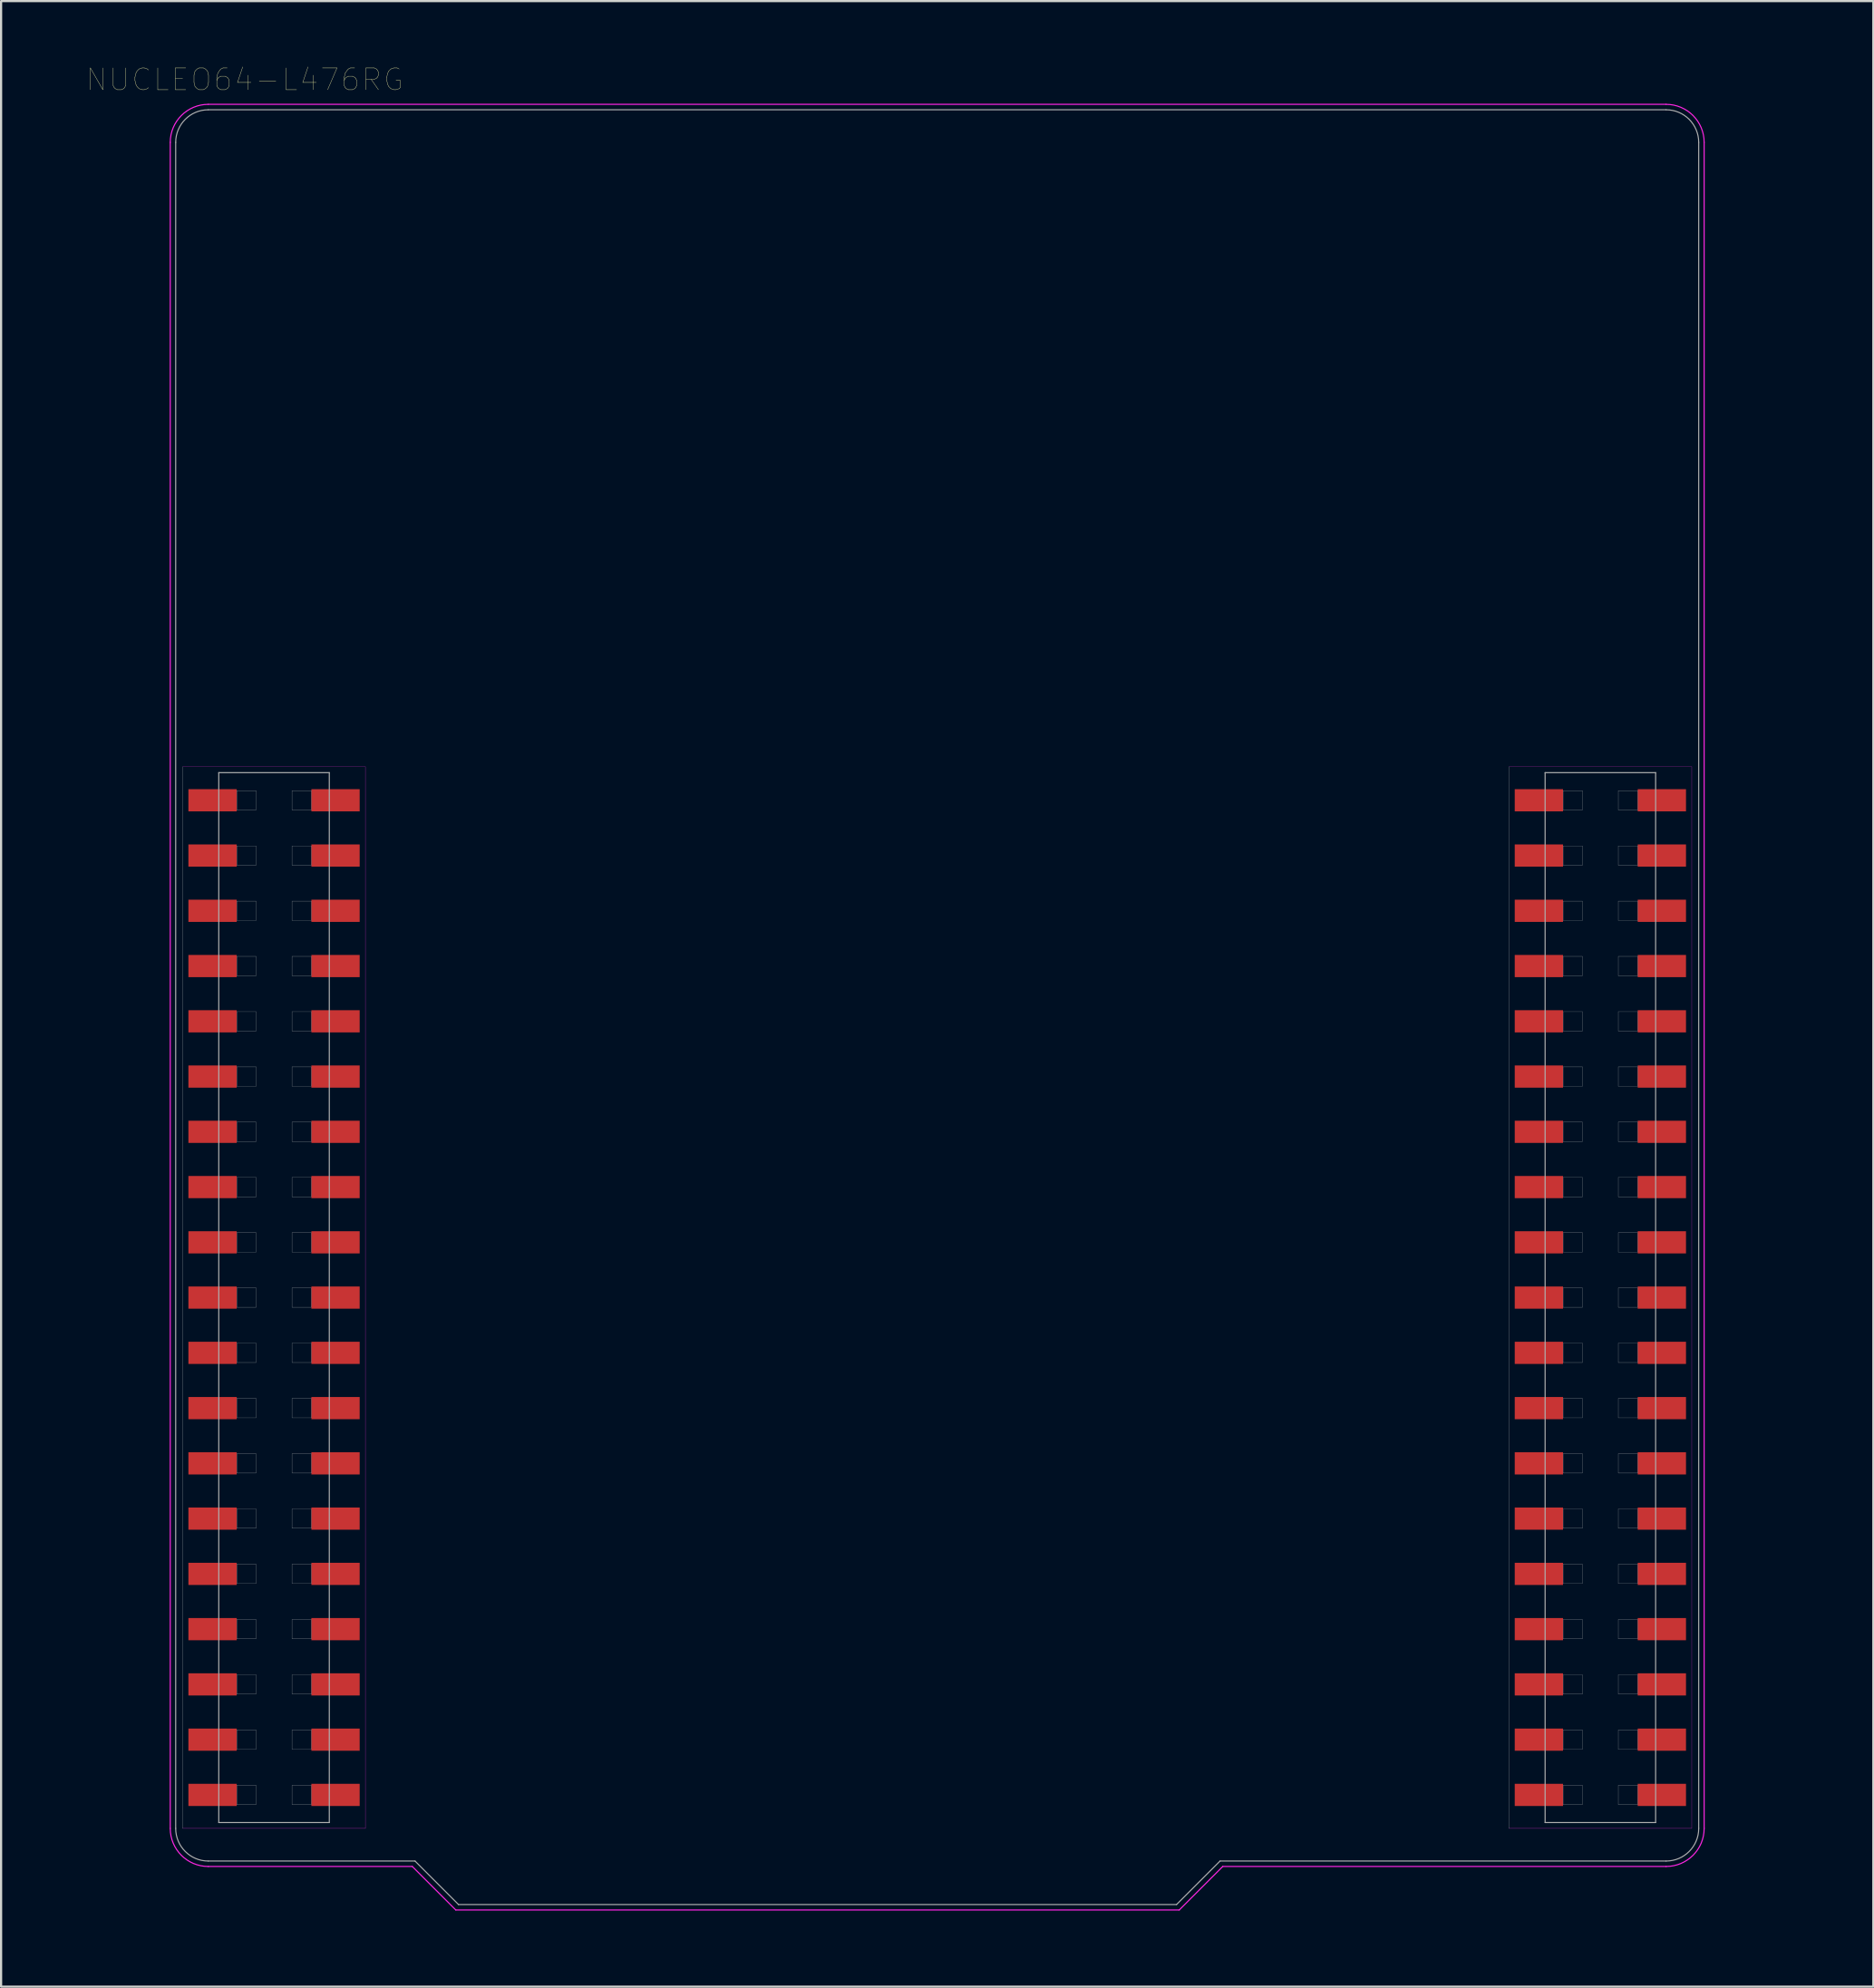
<source format=kicad_pcb>
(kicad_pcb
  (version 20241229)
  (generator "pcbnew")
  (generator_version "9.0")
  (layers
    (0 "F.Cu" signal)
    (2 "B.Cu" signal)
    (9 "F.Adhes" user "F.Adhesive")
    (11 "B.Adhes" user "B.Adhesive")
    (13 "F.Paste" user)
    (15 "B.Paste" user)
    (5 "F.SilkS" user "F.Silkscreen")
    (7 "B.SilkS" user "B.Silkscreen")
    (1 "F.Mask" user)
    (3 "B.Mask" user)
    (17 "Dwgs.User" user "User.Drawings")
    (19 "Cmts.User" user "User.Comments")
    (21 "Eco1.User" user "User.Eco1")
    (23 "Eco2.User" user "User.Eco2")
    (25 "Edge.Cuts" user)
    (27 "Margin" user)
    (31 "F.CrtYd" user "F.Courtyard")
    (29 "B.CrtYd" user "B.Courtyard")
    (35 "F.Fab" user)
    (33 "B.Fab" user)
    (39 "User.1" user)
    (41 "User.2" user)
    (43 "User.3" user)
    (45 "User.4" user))
  (footprint "NUCLEO64-L476RG"
    (layer "F.Cu")
    (at 40.025 43.246)
    (property "Reference" "NUCLEO64-L476RG" (at -31.825 -42.635 0) (layer "F.SilkS") (effects (font (size 1 1) (thickness 0.015))))
    (attr through_hole)
    (fp_poly (pts (xy -32.145 -10.071) (xy -32.145 -8.949) (xy -34.467 -8.949) (xy -34.467 -10.071)) (stroke (width 0.01) (type solid)) (fill yes) (layer "F.Mask"))
    (fp_poly (pts (xy -32.145 -7.531) (xy -32.145 -6.409) (xy -34.467 -6.409) (xy -34.467 -7.531)) (stroke (width 0.01) (type solid)) (fill yes) (layer "F.Mask"))
    (fp_poly (pts (xy -32.145 -4.991) (xy -32.145 -3.869) (xy -34.467 -3.869) (xy -34.467 -4.991)) (stroke (width 0.01) (type solid)) (fill yes) (layer "F.Mask"))
    (fp_poly (pts (xy -32.145 -2.451) (xy -32.145 -1.329) (xy -34.467 -1.329) (xy -34.467 -2.451)) (stroke (width 0.01) (type solid)) (fill yes) (layer "F.Mask"))
    (fp_poly (pts (xy -32.145 0.089) (xy -32.145 1.211) (xy -34.467 1.211) (xy -34.467 0.089)) (stroke (width 0.01) (type solid)) (fill yes) (layer "F.Mask"))
    (fp_poly (pts (xy -32.145 2.629) (xy -32.145 3.751) (xy -34.467 3.751) (xy -34.467 2.629)) (stroke (width 0.01) (type solid)) (fill yes) (layer "F.Mask"))
    (fp_poly (pts (xy -32.145 5.169) (xy -32.145 6.291) (xy -34.467 6.291) (xy -34.467 5.169)) (stroke (width 0.01) (type solid)) (fill yes) (layer "F.Mask"))
    (fp_poly (pts (xy -32.145 7.709) (xy -32.145 8.831) (xy -34.467 8.831) (xy -34.467 7.709)) (stroke (width 0.01) (type solid)) (fill yes) (layer "F.Mask"))
    (fp_poly (pts (xy -32.145 10.249) (xy -32.145 11.371) (xy -34.467 11.371) (xy -34.467 10.249)) (stroke (width 0.01) (type solid)) (fill yes) (layer "F.Mask"))
    (fp_poly (pts (xy -32.145 12.789) (xy -32.145 13.911) (xy -34.467 13.911) (xy -34.467 12.789)) (stroke (width 0.01) (type solid)) (fill yes) (layer "F.Mask"))
    (fp_poly (pts (xy -32.145 15.329) (xy -32.145 16.451) (xy -34.467 16.451) (xy -34.467 15.329)) (stroke (width 0.01) (type solid)) (fill yes) (layer "F.Mask"))
    (fp_poly (pts (xy -32.145 17.869) (xy -32.145 18.991) (xy -34.467 18.991) (xy -34.467 17.869)) (stroke (width 0.01) (type solid)) (fill yes) (layer "F.Mask"))
    (fp_poly (pts (xy -32.145 20.409) (xy -32.145 21.531) (xy -34.467 21.531) (xy -34.467 20.409)) (stroke (width 0.01) (type solid)) (fill yes) (layer "F.Mask"))
    (fp_poly (pts (xy -32.145 22.949) (xy -32.145 24.071) (xy -34.467 24.071) (xy -34.467 22.949)) (stroke (width 0.01) (type solid)) (fill yes) (layer "F.Mask"))
    (fp_poly (pts (xy -32.145 25.489) (xy -32.145 26.611) (xy -34.467 26.611) (xy -34.467 25.489)) (stroke (width 0.01) (type solid)) (fill yes) (layer "F.Mask"))
    (fp_poly (pts (xy -32.145 28.029) (xy -32.145 29.151) (xy -34.467 29.151) (xy -34.467 28.029)) (stroke (width 0.01) (type solid)) (fill yes) (layer "F.Mask"))
    (fp_poly (pts (xy -32.145 30.569) (xy -32.145 31.691) (xy -34.467 31.691) (xy -34.467 30.569)) (stroke (width 0.01) (type solid)) (fill yes) (layer "F.Mask"))
    (fp_poly (pts (xy -32.145 33.109) (xy -32.145 34.231) (xy -34.467 34.231) (xy -34.467 33.109)) (stroke (width 0.01) (type solid)) (fill yes) (layer "F.Mask"))
    (fp_poly (pts (xy -32.145 35.649) (xy -32.145 36.771) (xy -34.467 36.771) (xy -34.467 35.649)) (stroke (width 0.01) (type solid)) (fill yes) (layer "F.Mask"))
    (fp_poly (pts (xy -26.493 -10.071) (xy -26.493 -8.949) (xy -28.815 -8.949) (xy -28.815 -10.071)) (stroke (width 0.01) (type solid)) (fill yes) (layer "F.Mask"))
    (fp_poly (pts (xy -26.493 -7.531) (xy -26.493 -6.409) (xy -28.815 -6.409) (xy -28.815 -7.531)) (stroke (width 0.01) (type solid)) (fill yes) (layer "F.Mask"))
    (fp_poly (pts (xy -26.493 -4.991) (xy -26.493 -3.869) (xy -28.815 -3.869) (xy -28.815 -4.991)) (stroke (width 0.01) (type solid)) (fill yes) (layer "F.Mask"))
    (fp_poly (pts (xy -26.493 -2.451) (xy -26.493 -1.329) (xy -28.815 -1.329) (xy -28.815 -2.451)) (stroke (width 0.01) (type solid)) (fill yes) (layer "F.Mask"))
    (fp_poly (pts (xy -26.493 0.089) (xy -26.493 1.211) (xy -28.815 1.211) (xy -28.815 0.089)) (stroke (width 0.01) (type solid)) (fill yes) (layer "F.Mask"))
    (fp_poly (pts (xy -26.493 2.629) (xy -26.493 3.751) (xy -28.815 3.751) (xy -28.815 2.629)) (stroke (width 0.01) (type solid)) (fill yes) (layer "F.Mask"))
    (fp_poly (pts (xy -26.493 5.169) (xy -26.493 6.291) (xy -28.815 6.291) (xy -28.815 5.169)) (stroke (width 0.01) (type solid)) (fill yes) (layer "F.Mask"))
    (fp_poly (pts (xy -26.493 7.709) (xy -26.493 8.831) (xy -28.815 8.831) (xy -28.815 7.709)) (stroke (width 0.01) (type solid)) (fill yes) (layer "F.Mask"))
    (fp_poly (pts (xy -26.493 10.249) (xy -26.493 11.371) (xy -28.815 11.371) (xy -28.815 10.249)) (stroke (width 0.01) (type solid)) (fill yes) (layer "F.Mask"))
    (fp_poly (pts (xy -26.493 12.789) (xy -26.493 13.911) (xy -28.815 13.911) (xy -28.815 12.789)) (stroke (width 0.01) (type solid)) (fill yes) (layer "F.Mask"))
    (fp_poly (pts (xy -26.493 15.329) (xy -26.493 16.451) (xy -28.815 16.451) (xy -28.815 15.329)) (stroke (width 0.01) (type solid)) (fill yes) (layer "F.Mask"))
    (fp_poly (pts (xy -26.493 17.869) (xy -26.493 18.991) (xy -28.815 18.991) (xy -28.815 17.869)) (stroke (width 0.01) (type solid)) (fill yes) (layer "F.Mask"))
    (fp_poly (pts (xy -26.493 20.409) (xy -26.493 21.531) (xy -28.815 21.531) (xy -28.815 20.409)) (stroke (width 0.01) (type solid)) (fill yes) (layer "F.Mask"))
    (fp_poly (pts (xy -26.493 22.949) (xy -26.493 24.071) (xy -28.815 24.071) (xy -28.815 22.949)) (stroke (width 0.01) (type solid)) (fill yes) (layer "F.Mask"))
    (fp_poly (pts (xy -26.493 25.489) (xy -26.493 26.611) (xy -28.815 26.611) (xy -28.815 25.489)) (stroke (width 0.01) (type solid)) (fill yes) (layer "F.Mask"))
    (fp_poly (pts (xy -26.493 28.029) (xy -26.493 29.151) (xy -28.815 29.151) (xy -28.815 28.029)) (stroke (width 0.01) (type solid)) (fill yes) (layer "F.Mask"))
    (fp_poly (pts (xy -26.493 30.569) (xy -26.493 31.691) (xy -28.815 31.691) (xy -28.815 30.569)) (stroke (width 0.01) (type solid)) (fill yes) (layer "F.Mask"))
    (fp_poly (pts (xy -26.493 33.109) (xy -26.493 34.231) (xy -28.815 34.231) (xy -28.815 33.109)) (stroke (width 0.01) (type solid)) (fill yes) (layer "F.Mask"))
    (fp_poly (pts (xy -26.493 35.649) (xy -26.493 36.771) (xy -28.815 36.771) (xy -28.815 35.649)) (stroke (width 0.01) (type solid)) (fill yes) (layer "F.Mask"))
    (fp_poly (pts (xy 28.815 -10.071) (xy 28.815 -8.949) (xy 26.493 -8.949) (xy 26.493 -10.071)) (stroke (width 0.01) (type solid)) (fill yes) (layer "F.Mask"))
    (fp_poly (pts (xy 28.815 -7.531) (xy 28.815 -6.409) (xy 26.493 -6.409) (xy 26.493 -7.531)) (stroke (width 0.01) (type solid)) (fill yes) (layer "F.Mask"))
    (fp_poly (pts (xy 28.815 -4.991) (xy 28.815 -3.869) (xy 26.493 -3.869) (xy 26.493 -4.991)) (stroke (width 0.01) (type solid)) (fill yes) (layer "F.Mask"))
    (fp_poly (pts (xy 28.815 -2.451) (xy 28.815 -1.329) (xy 26.493 -1.329) (xy 26.493 -2.451)) (stroke (width 0.01) (type solid)) (fill yes) (layer "F.Mask"))
    (fp_poly (pts (xy 28.815 0.089) (xy 28.815 1.211) (xy 26.493 1.211) (xy 26.493 0.089)) (stroke (width 0.01) (type solid)) (fill yes) (layer "F.Mask"))
    (fp_poly (pts (xy 28.815 2.629) (xy 28.815 3.751) (xy 26.493 3.751) (xy 26.493 2.629)) (stroke (width 0.01) (type solid)) (fill yes) (layer "F.Mask"))
    (fp_poly (pts (xy 28.815 5.169) (xy 28.815 6.291) (xy 26.493 6.291) (xy 26.493 5.169)) (stroke (width 0.01) (type solid)) (fill yes) (layer "F.Mask"))
    (fp_poly (pts (xy 28.815 7.709) (xy 28.815 8.831) (xy 26.493 8.831) (xy 26.493 7.709)) (stroke (width 0.01) (type solid)) (fill yes) (layer "F.Mask"))
    (fp_poly (pts (xy 28.815 10.249) (xy 28.815 11.371) (xy 26.493 11.371) (xy 26.493 10.249)) (stroke (width 0.01) (type solid)) (fill yes) (layer "F.Mask"))
    (fp_poly (pts (xy 28.815 12.789) (xy 28.815 13.911) (xy 26.493 13.911) (xy 26.493 12.789)) (stroke (width 0.01) (type solid)) (fill yes) (layer "F.Mask"))
    (fp_poly (pts (xy 28.815 15.329) (xy 28.815 16.451) (xy 26.493 16.451) (xy 26.493 15.329)) (stroke (width 0.01) (type solid)) (fill yes) (layer "F.Mask"))
    (fp_poly (pts (xy 28.815 17.869) (xy 28.815 18.991) (xy 26.493 18.991) (xy 26.493 17.869)) (stroke (width 0.01) (type solid)) (fill yes) (layer "F.Mask"))
    (fp_poly (pts (xy 28.815 20.409) (xy 28.815 21.531) (xy 26.493 21.531) (xy 26.493 20.409)) (stroke (width 0.01) (type solid)) (fill yes) (layer "F.Mask"))
    (fp_poly (pts (xy 28.815 22.949) (xy 28.815 24.071) (xy 26.493 24.071) (xy 26.493 22.949)) (stroke (width 0.01) (type solid)) (fill yes) (layer "F.Mask"))
    (fp_poly (pts (xy 28.815 25.489) (xy 28.815 26.611) (xy 26.493 26.611) (xy 26.493 25.489)) (stroke (width 0.01) (type solid)) (fill yes) (layer "F.Mask"))
    (fp_poly (pts (xy 28.815 28.029) (xy 28.815 29.151) (xy 26.493 29.151) (xy 26.493 28.029)) (stroke (width 0.01) (type solid)) (fill yes) (layer "F.Mask"))
    (fp_poly (pts (xy 28.815 30.569) (xy 28.815 31.691) (xy 26.493 31.691) (xy 26.493 30.569)) (stroke (width 0.01) (type solid)) (fill yes) (layer "F.Mask"))
    (fp_poly (pts (xy 28.815 33.109) (xy 28.815 34.231) (xy 26.493 34.231) (xy 26.493 33.109)) (stroke (width 0.01) (type solid)) (fill yes) (layer "F.Mask"))
    (fp_poly (pts (xy 28.815 35.649) (xy 28.815 36.771) (xy 26.493 36.771) (xy 26.493 35.649)) (stroke (width 0.01) (type solid)) (fill yes) (layer "F.Mask"))
    (fp_poly (pts (xy 34.467 -10.071) (xy 34.467 -8.949) (xy 32.145 -8.949) (xy 32.145 -10.071)) (stroke (width 0.01) (type solid)) (fill yes) (layer "F.Mask"))
    (fp_poly (pts (xy 34.467 -7.531) (xy 34.467 -6.409) (xy 32.145 -6.409) (xy 32.145 -7.531)) (stroke (width 0.01) (type solid)) (fill yes) (layer "F.Mask"))
    (fp_poly (pts (xy 34.467 -4.991) (xy 34.467 -3.869) (xy 32.145 -3.869) (xy 32.145 -4.991)) (stroke (width 0.01) (type solid)) (fill yes) (layer "F.Mask"))
    (fp_poly (pts (xy 34.467 -2.451) (xy 34.467 -1.329) (xy 32.145 -1.329) (xy 32.145 -2.451)) (stroke (width 0.01) (type solid)) (fill yes) (layer "F.Mask"))
    (fp_poly (pts (xy 34.467 0.089) (xy 34.467 1.211) (xy 32.145 1.211) (xy 32.145 0.089)) (stroke (width 0.01) (type solid)) (fill yes) (layer "F.Mask"))
    (fp_poly (pts (xy 34.467 2.629) (xy 34.467 3.751) (xy 32.145 3.751) (xy 32.145 2.629)) (stroke (width 0.01) (type solid)) (fill yes) (layer "F.Mask"))
    (fp_poly (pts (xy 34.467 5.169) (xy 34.467 6.291) (xy 32.145 6.291) (xy 32.145 5.169)) (stroke (width 0.01) (type solid)) (fill yes) (layer "F.Mask"))
    (fp_poly (pts (xy 34.467 7.709) (xy 34.467 8.831) (xy 32.145 8.831) (xy 32.145 7.709)) (stroke (width 0.01) (type solid)) (fill yes) (layer "F.Mask"))
    (fp_poly (pts (xy 34.467 10.249) (xy 34.467 11.371) (xy 32.145 11.371) (xy 32.145 10.249)) (stroke (width 0.01) (type solid)) (fill yes) (layer "F.Mask"))
    (fp_poly (pts (xy 34.467 12.789) (xy 34.467 13.911) (xy 32.145 13.911) (xy 32.145 12.789)) (stroke (width 0.01) (type solid)) (fill yes) (layer "F.Mask"))
    (fp_poly (pts (xy 34.467 15.329) (xy 34.467 16.451) (xy 32.145 16.451) (xy 32.145 15.329)) (stroke (width 0.01) (type solid)) (fill yes) (layer "F.Mask"))
    (fp_poly (pts (xy 34.467 17.869) (xy 34.467 18.991) (xy 32.145 18.991) (xy 32.145 17.869)) (stroke (width 0.01) (type solid)) (fill yes) (layer "F.Mask"))
    (fp_poly (pts (xy 34.467 20.409) (xy 34.467 21.531) (xy 32.145 21.531) (xy 32.145 20.409)) (stroke (width 0.01) (type solid)) (fill yes) (layer "F.Mask"))
    (fp_poly (pts (xy 34.467 22.949) (xy 34.467 24.071) (xy 32.145 24.071) (xy 32.145 22.949)) (stroke (width 0.01) (type solid)) (fill yes) (layer "F.Mask"))
    (fp_poly (pts (xy 34.467 25.489) (xy 34.467 26.611) (xy 32.145 26.611) (xy 32.145 25.489)) (stroke (width 0.01) (type solid)) (fill yes) (layer "F.Mask"))
    (fp_poly (pts (xy 34.467 28.029) (xy 34.467 29.151) (xy 32.145 29.151) (xy 32.145 28.029)) (stroke (width 0.01) (type solid)) (fill yes) (layer "F.Mask"))
    (fp_poly (pts (xy 34.467 30.569) (xy 34.467 31.691) (xy 32.145 31.691) (xy 32.145 30.569)) (stroke (width 0.01) (type solid)) (fill yes) (layer "F.Mask"))
    (fp_poly (pts (xy 34.467 33.109) (xy 34.467 34.231) (xy 32.145 34.231) (xy 32.145 33.109)) (stroke (width 0.01) (type solid)) (fill yes) (layer "F.Mask"))
    (fp_poly (pts (xy 34.467 35.649) (xy 34.467 36.771) (xy 32.145 36.771) (xy 32.145 35.649)) (stroke (width 0.01) (type solid)) (fill yes) (layer "F.Mask"))
    (fp_poly (pts (xy -32.196 -10.02) (xy -32.196 -9) (xy -34.416 -9) (xy -34.416 -10.02)) (stroke (width 0.01) (type solid)) (fill yes) (layer "F.Paste"))
    (fp_poly (pts (xy -32.196 -7.48) (xy -32.196 -6.46) (xy -34.416 -6.46) (xy -34.416 -7.48)) (stroke (width 0.01) (type solid)) (fill yes) (layer "F.Paste"))
    (fp_poly (pts (xy -32.196 -4.94) (xy -32.196 -3.92) (xy -34.416 -3.92) (xy -34.416 -4.94)) (stroke (width 0.01) (type solid)) (fill yes) (layer "F.Paste"))
    (fp_poly (pts (xy -32.196 -2.4) (xy -32.196 -1.38) (xy -34.416 -1.38) (xy -34.416 -2.4)) (stroke (width 0.01) (type solid)) (fill yes) (layer "F.Paste"))
    (fp_poly (pts (xy -32.196 0.14) (xy -32.196 1.16) (xy -34.416 1.16) (xy -34.416 0.14)) (stroke (width 0.01) (type solid)) (fill yes) (layer "F.Paste"))
    (fp_poly (pts (xy -32.196 2.68) (xy -32.196 3.7) (xy -34.416 3.7) (xy -34.416 2.68)) (stroke (width 0.01) (type solid)) (fill yes) (layer "F.Paste"))
    (fp_poly (pts (xy -32.196 5.22) (xy -32.196 6.24) (xy -34.416 6.24) (xy -34.416 5.22)) (stroke (width 0.01) (type solid)) (fill yes) (layer "F.Paste"))
    (fp_poly (pts (xy -32.196 7.76) (xy -32.196 8.78) (xy -34.416 8.78) (xy -34.416 7.76)) (stroke (width 0.01) (type solid)) (fill yes) (layer "F.Paste"))
    (fp_poly (pts (xy -32.196 10.3) (xy -32.196 11.32) (xy -34.416 11.32) (xy -34.416 10.3)) (stroke (width 0.01) (type solid)) (fill yes) (layer "F.Paste"))
    (fp_poly (pts (xy -32.196 12.84) (xy -32.196 13.86) (xy -34.416 13.86) (xy -34.416 12.84)) (stroke (width 0.01) (type solid)) (fill yes) (layer "F.Paste"))
    (fp_poly (pts (xy -32.196 15.38) (xy -32.196 16.4) (xy -34.416 16.4) (xy -34.416 15.38)) (stroke (width 0.01) (type solid)) (fill yes) (layer "F.Paste"))
    (fp_poly (pts (xy -32.196 17.92) (xy -32.196 18.94) (xy -34.416 18.94) (xy -34.416 17.92)) (stroke (width 0.01) (type solid)) (fill yes) (layer "F.Paste"))
    (fp_poly (pts (xy -32.196 20.46) (xy -32.196 21.48) (xy -34.416 21.48) (xy -34.416 20.46)) (stroke (width 0.01) (type solid)) (fill yes) (layer "F.Paste"))
    (fp_poly (pts (xy -32.196 23) (xy -32.196 24.02) (xy -34.416 24.02) (xy -34.416 23)) (stroke (width 0.01) (type solid)) (fill yes) (layer "F.Paste"))
    (fp_poly (pts (xy -32.196 25.54) (xy -32.196 26.56) (xy -34.416 26.56) (xy -34.416 25.54)) (stroke (width 0.01) (type solid)) (fill yes) (layer "F.Paste"))
    (fp_poly (pts (xy -32.196 28.08) (xy -32.196 29.1) (xy -34.416 29.1) (xy -34.416 28.08)) (stroke (width 0.01) (type solid)) (fill yes) (layer "F.Paste"))
    (fp_poly (pts (xy -32.196 30.62) (xy -32.196 31.64) (xy -34.416 31.64) (xy -34.416 30.62)) (stroke (width 0.01) (type solid)) (fill yes) (layer "F.Paste"))
    (fp_poly (pts (xy -32.196 33.16) (xy -32.196 34.18) (xy -34.416 34.18) (xy -34.416 33.16)) (stroke (width 0.01) (type solid)) (fill yes) (layer "F.Paste"))
    (fp_poly (pts (xy -32.196 35.7) (xy -32.196 36.72) (xy -34.416 36.72) (xy -34.416 35.7)) (stroke (width 0.01) (type solid)) (fill yes) (layer "F.Paste"))
    (fp_poly (pts (xy -26.544 -10.02) (xy -26.544 -9) (xy -28.764 -9) (xy -28.764 -10.02)) (stroke (width 0.01) (type solid)) (fill yes) (layer "F.Paste"))
    (fp_poly (pts (xy -26.544 -7.48) (xy -26.544 -6.46) (xy -28.764 -6.46) (xy -28.764 -7.48)) (stroke (width 0.01) (type solid)) (fill yes) (layer "F.Paste"))
    (fp_poly (pts (xy -26.544 -4.94) (xy -26.544 -3.92) (xy -28.764 -3.92) (xy -28.764 -4.94)) (stroke (width 0.01) (type solid)) (fill yes) (layer "F.Paste"))
    (fp_poly (pts (xy -26.544 -2.4) (xy -26.544 -1.38) (xy -28.764 -1.38) (xy -28.764 -2.4)) (stroke (width 0.01) (type solid)) (fill yes) (layer "F.Paste"))
    (fp_poly (pts (xy -26.544 0.14) (xy -26.544 1.16) (xy -28.764 1.16) (xy -28.764 0.14)) (stroke (width 0.01) (type solid)) (fill yes) (layer "F.Paste"))
    (fp_poly (pts (xy -26.544 2.68) (xy -26.544 3.7) (xy -28.764 3.7) (xy -28.764 2.68)) (stroke (width 0.01) (type solid)) (fill yes) (layer "F.Paste"))
    (fp_poly (pts (xy -26.544 5.22) (xy -26.544 6.24) (xy -28.764 6.24) (xy -28.764 5.22)) (stroke (width 0.01) (type solid)) (fill yes) (layer "F.Paste"))
    (fp_poly (pts (xy -26.544 7.76) (xy -26.544 8.78) (xy -28.764 8.78) (xy -28.764 7.76)) (stroke (width 0.01) (type solid)) (fill yes) (layer "F.Paste"))
    (fp_poly (pts (xy -26.544 10.3) (xy -26.544 11.32) (xy -28.764 11.32) (xy -28.764 10.3)) (stroke (width 0.01) (type solid)) (fill yes) (layer "F.Paste"))
    (fp_poly (pts (xy -26.544 12.84) (xy -26.544 13.86) (xy -28.764 13.86) (xy -28.764 12.84)) (stroke (width 0.01) (type solid)) (fill yes) (layer "F.Paste"))
    (fp_poly (pts (xy -26.544 15.38) (xy -26.544 16.4) (xy -28.764 16.4) (xy -28.764 15.38)) (stroke (width 0.01) (type solid)) (fill yes) (layer "F.Paste"))
    (fp_poly (pts (xy -26.544 17.92) (xy -26.544 18.94) (xy -28.764 18.94) (xy -28.764 17.92)) (stroke (width 0.01) (type solid)) (fill yes) (layer "F.Paste"))
    (fp_poly (pts (xy -26.544 20.46) (xy -26.544 21.48) (xy -28.764 21.48) (xy -28.764 20.46)) (stroke (width 0.01) (type solid)) (fill yes) (layer "F.Paste"))
    (fp_poly (pts (xy -26.544 23) (xy -26.544 24.02) (xy -28.764 24.02) (xy -28.764 23)) (stroke (width 0.01) (type solid)) (fill yes) (layer "F.Paste"))
    (fp_poly (pts (xy -26.544 25.54) (xy -26.544 26.56) (xy -28.764 26.56) (xy -28.764 25.54)) (stroke (width 0.01) (type solid)) (fill yes) (layer "F.Paste"))
    (fp_poly (pts (xy -26.544 28.08) (xy -26.544 29.1) (xy -28.764 29.1) (xy -28.764 28.08)) (stroke (width 0.01) (type solid)) (fill yes) (layer "F.Paste"))
    (fp_poly (pts (xy -26.544 30.62) (xy -26.544 31.64) (xy -28.764 31.64) (xy -28.764 30.62)) (stroke (width 0.01) (type solid)) (fill yes) (layer "F.Paste"))
    (fp_poly (pts (xy -26.544 33.16) (xy -26.544 34.18) (xy -28.764 34.18) (xy -28.764 33.16)) (stroke (width 0.01) (type solid)) (fill yes) (layer "F.Paste"))
    (fp_poly (pts (xy -26.544 35.7) (xy -26.544 36.72) (xy -28.764 36.72) (xy -28.764 35.7)) (stroke (width 0.01) (type solid)) (fill yes) (layer "F.Paste"))
    (fp_poly (pts (xy 28.764 -10.02) (xy 28.764 -9) (xy 26.544 -9) (xy 26.544 -10.02)) (stroke (width 0.01) (type solid)) (fill yes) (layer "F.Paste"))
    (fp_poly (pts (xy 28.764 -7.48) (xy 28.764 -6.46) (xy 26.544 -6.46) (xy 26.544 -7.48)) (stroke (width 0.01) (type solid)) (fill yes) (layer "F.Paste"))
    (fp_poly (pts (xy 28.764 -4.94) (xy 28.764 -3.92) (xy 26.544 -3.92) (xy 26.544 -4.94)) (stroke (width 0.01) (type solid)) (fill yes) (layer "F.Paste"))
    (fp_poly (pts (xy 28.764 -2.4) (xy 28.764 -1.38) (xy 26.544 -1.38) (xy 26.544 -2.4)) (stroke (width 0.01) (type solid)) (fill yes) (layer "F.Paste"))
    (fp_poly (pts (xy 28.764 0.14) (xy 28.764 1.16) (xy 26.544 1.16) (xy 26.544 0.14)) (stroke (width 0.01) (type solid)) (fill yes) (layer "F.Paste"))
    (fp_poly (pts (xy 28.764 2.68) (xy 28.764 3.7) (xy 26.544 3.7) (xy 26.544 2.68)) (stroke (width 0.01) (type solid)) (fill yes) (layer "F.Paste"))
    (fp_poly (pts (xy 28.764 5.22) (xy 28.764 6.24) (xy 26.544 6.24) (xy 26.544 5.22)) (stroke (width 0.01) (type solid)) (fill yes) (layer "F.Paste"))
    (fp_poly (pts (xy 28.764 7.76) (xy 28.764 8.78) (xy 26.544 8.78) (xy 26.544 7.76)) (stroke (width 0.01) (type solid)) (fill yes) (layer "F.Paste"))
    (fp_poly (pts (xy 28.764 10.3) (xy 28.764 11.32) (xy 26.544 11.32) (xy 26.544 10.3)) (stroke (width 0.01) (type solid)) (fill yes) (layer "F.Paste"))
    (fp_poly (pts (xy 28.764 12.84) (xy 28.764 13.86) (xy 26.544 13.86) (xy 26.544 12.84)) (stroke (width 0.01) (type solid)) (fill yes) (layer "F.Paste"))
    (fp_poly (pts (xy 28.764 15.38) (xy 28.764 16.4) (xy 26.544 16.4) (xy 26.544 15.38)) (stroke (width 0.01) (type solid)) (fill yes) (layer "F.Paste"))
    (fp_poly (pts (xy 28.764 17.92) (xy 28.764 18.94) (xy 26.544 18.94) (xy 26.544 17.92)) (stroke (width 0.01) (type solid)) (fill yes) (layer "F.Paste"))
    (fp_poly (pts (xy 28.764 20.46) (xy 28.764 21.48) (xy 26.544 21.48) (xy 26.544 20.46)) (stroke (width 0.01) (type solid)) (fill yes) (layer "F.Paste"))
    (fp_poly (pts (xy 28.764 23) (xy 28.764 24.02) (xy 26.544 24.02) (xy 26.544 23)) (stroke (width 0.01) (type solid)) (fill yes) (layer "F.Paste"))
    (fp_poly (pts (xy 28.764 25.54) (xy 28.764 26.56) (xy 26.544 26.56) (xy 26.544 25.54)) (stroke (width 0.01) (type solid)) (fill yes) (layer "F.Paste"))
    (fp_poly (pts (xy 28.764 28.08) (xy 28.764 29.1) (xy 26.544 29.1) (xy 26.544 28.08)) (stroke (width 0.01) (type solid)) (fill yes) (layer "F.Paste"))
    (fp_poly (pts (xy 28.764 30.62) (xy 28.764 31.64) (xy 26.544 31.64) (xy 26.544 30.62)) (stroke (width 0.01) (type solid)) (fill yes) (layer "F.Paste"))
    (fp_poly (pts (xy 28.764 33.16) (xy 28.764 34.18) (xy 26.544 34.18) (xy 26.544 33.16)) (stroke (width 0.01) (type solid)) (fill yes) (layer "F.Paste"))
    (fp_poly (pts (xy 28.764 35.7) (xy 28.764 36.72) (xy 26.544 36.72) (xy 26.544 35.7)) (stroke (width 0.01) (type solid)) (fill yes) (layer "F.Paste"))
    (fp_poly (pts (xy 34.416 -10.02) (xy 34.416 -9) (xy 32.196 -9) (xy 32.196 -10.02)) (stroke (width 0.01) (type solid)) (fill yes) (layer "F.Paste"))
    (fp_poly (pts (xy 34.416 -7.48) (xy 34.416 -6.46) (xy 32.196 -6.46) (xy 32.196 -7.48)) (stroke (width 0.01) (type solid)) (fill yes) (layer "F.Paste"))
    (fp_poly (pts (xy 34.416 -4.94) (xy 34.416 -3.92) (xy 32.196 -3.92) (xy 32.196 -4.94)) (stroke (width 0.01) (type solid)) (fill yes) (layer "F.Paste"))
    (fp_poly (pts (xy 34.416 -2.4) (xy 34.416 -1.38) (xy 32.196 -1.38) (xy 32.196 -2.4)) (stroke (width 0.01) (type solid)) (fill yes) (layer "F.Paste"))
    (fp_poly (pts (xy 34.416 0.14) (xy 34.416 1.16) (xy 32.196 1.16) (xy 32.196 0.14)) (stroke (width 0.01) (type solid)) (fill yes) (layer "F.Paste"))
    (fp_poly (pts (xy 34.416 2.68) (xy 34.416 3.7) (xy 32.196 3.7) (xy 32.196 2.68)) (stroke (width 0.01) (type solid)) (fill yes) (layer "F.Paste"))
    (fp_poly (pts (xy 34.416 5.22) (xy 34.416 6.24) (xy 32.196 6.24) (xy 32.196 5.22)) (stroke (width 0.01) (type solid)) (fill yes) (layer "F.Paste"))
    (fp_poly (pts (xy 34.416 7.76) (xy 34.416 8.78) (xy 32.196 8.78) (xy 32.196 7.76)) (stroke (width 0.01) (type solid)) (fill yes) (layer "F.Paste"))
    (fp_poly (pts (xy 34.416 10.3) (xy 34.416 11.32) (xy 32.196 11.32) (xy 32.196 10.3)) (stroke (width 0.01) (type solid)) (fill yes) (layer "F.Paste"))
    (fp_poly (pts (xy 34.416 12.84) (xy 34.416 13.86) (xy 32.196 13.86) (xy 32.196 12.84)) (stroke (width 0.01) (type solid)) (fill yes) (layer "F.Paste"))
    (fp_poly (pts (xy 34.416 15.38) (xy 34.416 16.4) (xy 32.196 16.4) (xy 32.196 15.38)) (stroke (width 0.01) (type solid)) (fill yes) (layer "F.Paste"))
    (fp_poly (pts (xy 34.416 17.92) (xy 34.416 18.94) (xy 32.196 18.94) (xy 32.196 17.92)) (stroke (width 0.01) (type solid)) (fill yes) (layer "F.Paste"))
    (fp_poly (pts (xy 34.416 20.46) (xy 34.416 21.48) (xy 32.196 21.48) (xy 32.196 20.46)) (stroke (width 0.01) (type solid)) (fill yes) (layer "F.Paste"))
    (fp_poly (pts (xy 34.416 23) (xy 34.416 24.02) (xy 32.196 24.02) (xy 32.196 23)) (stroke (width 0.01) (type solid)) (fill yes) (layer "F.Paste"))
    (fp_poly (pts (xy 34.416 25.54) (xy 34.416 26.56) (xy 32.196 26.56) (xy 32.196 25.54)) (stroke (width 0.01) (type solid)) (fill yes) (layer "F.Paste"))
    (fp_poly (pts (xy 34.416 28.08) (xy 34.416 29.1) (xy 32.196 29.1) (xy 32.196 28.08)) (stroke (width 0.01) (type solid)) (fill yes) (layer "F.Paste"))
    (fp_poly (pts (xy 34.416 30.62) (xy 34.416 31.64) (xy 32.196 31.64) (xy 32.196 30.62)) (stroke (width 0.01) (type solid)) (fill yes) (layer "F.Paste"))
    (fp_poly (pts (xy 34.416 33.16) (xy 34.416 34.18) (xy 32.196 34.18) (xy 32.196 33.16)) (stroke (width 0.01) (type solid)) (fill yes) (layer "F.Paste"))
    (fp_poly (pts (xy 34.416 35.7) (xy 34.416 36.72) (xy 32.196 36.72) (xy 32.196 35.7)) (stroke (width 0.01) (type solid)) (fill yes) (layer "F.Paste"))
    (fp_line (start -34.68 -11.05) (end -34.68 37.75) (stroke (width 0.01) (type solid)) (layer "Dwgs.User"))
    (fp_line (start 26.28 -11.05) (end 26.28 37.75) (stroke (width 0.01) (type solid)) (layer "Dwgs.User"))
    (fp_line (start -40 -37.45) (end 40 -37.45) (stroke (width 0.05) (type solid)) (layer "Eco1.User"))
    (fp_line (start -40 -34.91) (end 40 -34.91) (stroke (width 0.05) (type solid)) (layer "Eco1.User"))
    (fp_line (start -40 36.21) (end 40 36.21) (stroke (width 0.05) (type solid)) (layer "Eco1.User"))
    (fp_line (start -31.75 -42) (end -31.75 42) (stroke (width 0.05) (type solid)) (layer "Eco1.User"))
    (fp_line (start -29.21 -42) (end -29.21 42) (stroke (width 0.05) (type solid)) (layer "Eco1.User"))
    (fp_line (start 29.21 -42) (end 29.21 42) (stroke (width 0.05) (type solid)) (layer "Eco1.User"))
    (fp_line (start 31.75 -42) (end 31.75 42) (stroke (width 0.05) (type solid)) (layer "Eco1.User"))
    (fp_line (start -30.48 -42) (end -30.48 42) (stroke (width 0.05) (type solid)) (layer "Eco2.User"))
    (fp_line (start 30.48 -42) (end 30.48 42) (stroke (width 0.05) (type solid)) (layer "Eco2.User"))
    (fp_line (start -35.25 37.75) (end -35.25 -39.75) (stroke (width 0.05) (type solid)) (layer "F.CrtYd"))
    (fp_line (start -34.68 37.75) (end -26.28 37.75) (stroke (width 0.01) (type solid)) (layer "F.CrtYd"))
    (fp_line (start -33.5 -41.5) (end 33.5 -41.5) (stroke (width 0.05) (type solid)) (layer "F.CrtYd"))
    (fp_line (start -26.28 -11.05) (end -34.68 -11.05) (stroke (width 0.01) (type solid)) (layer "F.CrtYd"))
    (fp_line (start -26.28 37.75) (end -26.28 -11.05) (stroke (width 0.01) (type solid)) (layer "F.CrtYd"))
    (fp_line (start -24.125 39.5) (end -33.5 39.5) (stroke (width 0.05) (type solid)) (layer "F.CrtYd"))
    (fp_line (start -22.125 41.5) (end -24.125 39.5) (stroke (width 0.05) (type solid)) (layer "F.CrtYd"))
    (fp_line (start 11.125 41.5) (end -22.125 41.5) (stroke (width 0.05) (type solid)) (layer "F.CrtYd"))
    (fp_line (start 13.125 39.5) (end 11.125 41.5) (stroke (width 0.05) (type solid)) (layer "F.CrtYd"))
    (fp_line (start 26.28 37.75) (end 34.68 37.75) (stroke (width 0.01) (type solid)) (layer "F.CrtYd"))
    (fp_line (start 33.5 39.5) (end 13.125 39.5) (stroke (width 0.05) (type solid)) (layer "F.CrtYd"))
    (fp_line (start 34.68 -11.05) (end 26.28 -11.05) (stroke (width 0.01) (type solid)) (layer "F.CrtYd"))
    (fp_line (start 34.68 37.75) (end 34.68 -11.05) (stroke (width 0.01) (type solid)) (layer "F.CrtYd"))
    (fp_line (start 35.25 -39.75) (end 35.25 37.75) (stroke (width 0.05) (type solid)) (layer "F.CrtYd"))
    (fp_arc (start -35.25 -39.75) (mid -34.737437 -40.987437) (end -33.5 -41.5) (stroke (width 0.05) (type solid)) (layer "F.CrtYd"))
    (fp_arc (start -33.5 39.5) (mid -34.737437 38.987437) (end -35.25 37.75) (stroke (width 0.05) (type solid)) (layer "F.CrtYd"))
    (fp_arc (start 33.5 -41.5) (mid 34.737437 -40.987437) (end 35.25 -39.75) (stroke (width 0.05) (type solid)) (layer "F.CrtYd"))
    (fp_arc (start 35.25 37.75) (mid 34.737437 38.987437) (end 33.5 39.5) (stroke (width 0.05) (type solid)) (layer "F.CrtYd"))
    (fp_line (start -35 37.75) (end -35 -39.75) (stroke (width 0.05) (type solid)) (layer "F.Fab"))
    (fp_line (start -33.5 -41.25) (end 33.5 -41.25) (stroke (width 0.05) (type solid)) (layer "F.Fab"))
    (fp_line (start -33.02 -10.78) (end -33.02 37.48) (stroke (width 0.05) (type solid)) (layer "F.Fab"))
    (fp_line (start -33.02 37.48) (end -27.94 37.48) (stroke (width 0.05) (type solid)) (layer "F.Fab"))
    (fp_line (start -32.194 -9.954) (end -32.194 -9.066) (stroke (width 0.01) (type solid)) (layer "F.Fab"))
    (fp_line (start -32.194 -9.066) (end -31.306 -9.066) (stroke (width 0.01) (type solid)) (layer "F.Fab"))
    (fp_line (start -32.194 -7.414) (end -32.194 -6.526) (stroke (width 0.01) (type solid)) (layer "F.Fab"))
    (fp_line (start -32.194 -6.526) (end -31.306 -6.526) (stroke (width 0.01) (type solid)) (layer "F.Fab"))
    (fp_line (start -32.194 -4.874) (end -32.194 -3.986) (stroke (width 0.01) (type solid)) (layer "F.Fab"))
    (fp_line (start -32.194 -3.986) (end -31.306 -3.986) (stroke (width 0.01) (type solid)) (layer "F.Fab"))
    (fp_line (start -32.194 -2.334) (end -32.194 -1.446) (stroke (width 0.01) (type solid)) (layer "F.Fab"))
    (fp_line (start -32.194 -1.446) (end -31.306 -1.446) (stroke (width 0.01) (type solid)) (layer "F.Fab"))
    (fp_line (start -32.194 0.206) (end -32.194 1.094) (stroke (width 0.01) (type solid)) (layer "F.Fab"))
    (fp_line (start -32.194 1.094) (end -31.306 1.094) (stroke (width 0.01) (type solid)) (layer "F.Fab"))
    (fp_line (start -32.194 2.746) (end -32.194 3.634) (stroke (width 0.01) (type solid)) (layer "F.Fab"))
    (fp_line (start -32.194 3.634) (end -31.306 3.634) (stroke (width 0.01) (type solid)) (layer "F.Fab"))
    (fp_line (start -32.194 5.286) (end -32.194 6.174) (stroke (width 0.01) (type solid)) (layer "F.Fab"))
    (fp_line (start -32.194 6.174) (end -31.306 6.174) (stroke (width 0.01) (type solid)) (layer "F.Fab"))
    (fp_line (start -32.194 7.826) (end -32.194 8.714) (stroke (width 0.01) (type solid)) (layer "F.Fab"))
    (fp_line (start -32.194 8.714) (end -31.306 8.714) (stroke (width 0.01) (type solid)) (layer "F.Fab"))
    (fp_line (start -32.194 10.366) (end -32.194 11.254) (stroke (width 0.01) (type solid)) (layer "F.Fab"))
    (fp_line (start -32.194 11.254) (end -31.306 11.254) (stroke (width 0.01) (type solid)) (layer "F.Fab"))
    (fp_line (start -32.194 12.906) (end -32.194 13.794) (stroke (width 0.01) (type solid)) (layer "F.Fab"))
    (fp_line (start -32.194 13.794) (end -31.306 13.794) (stroke (width 0.01) (type solid)) (layer "F.Fab"))
    (fp_line (start -32.194 15.446) (end -32.194 16.334) (stroke (width 0.01) (type solid)) (layer "F.Fab"))
    (fp_line (start -32.194 16.334) (end -31.306 16.334) (stroke (width 0.01) (type solid)) (layer "F.Fab"))
    (fp_line (start -32.194 17.986) (end -32.194 18.874) (stroke (width 0.01) (type solid)) (layer "F.Fab"))
    (fp_line (start -32.194 18.874) (end -31.306 18.874) (stroke (width 0.01) (type solid)) (layer "F.Fab"))
    (fp_line (start -32.194 20.526) (end -32.194 21.414) (stroke (width 0.01) (type solid)) (layer "F.Fab"))
    (fp_line (start -32.194 21.414) (end -31.306 21.414) (stroke (width 0.01) (type solid)) (layer "F.Fab"))
    (fp_line (start -32.194 23.066) (end -32.194 23.954) (stroke (width 0.01) (type solid)) (layer "F.Fab"))
    (fp_line (start -32.194 23.954) (end -31.306 23.954) (stroke (width 0.01) (type solid)) (layer "F.Fab"))
    (fp_line (start -32.194 25.606) (end -32.194 26.494) (stroke (width 0.01) (type solid)) (layer "F.Fab"))
    (fp_line (start -32.194 26.494) (end -31.306 26.494) (stroke (width 0.01) (type solid)) (layer "F.Fab"))
    (fp_line (start -32.194 28.146) (end -32.194 29.034) (stroke (width 0.01) (type solid)) (layer "F.Fab"))
    (fp_line (start -32.194 29.034) (end -31.306 29.034) (stroke (width 0.01) (type solid)) (layer "F.Fab"))
    (fp_line (start -32.194 30.686) (end -32.194 31.574) (stroke (width 0.01) (type solid)) (layer "F.Fab"))
    (fp_line (start -32.194 31.574) (end -31.306 31.574) (stroke (width 0.01) (type solid)) (layer "F.Fab"))
    (fp_line (start -32.194 33.226) (end -32.194 34.114) (stroke (width 0.01) (type solid)) (layer "F.Fab"))
    (fp_line (start -32.194 34.114) (end -31.306 34.114) (stroke (width 0.01) (type solid)) (layer "F.Fab"))
    (fp_line (start -32.194 35.766) (end -32.194 36.654) (stroke (width 0.01) (type solid)) (layer "F.Fab"))
    (fp_line (start -32.194 36.654) (end -31.306 36.654) (stroke (width 0.01) (type solid)) (layer "F.Fab"))
    (fp_line (start -31.306 -9.954) (end -32.194 -9.954) (stroke (width 0.01) (type solid)) (layer "F.Fab"))
    (fp_line (start -31.306 -9.066) (end -31.306 -9.954) (stroke (width 0.01) (type solid)) (layer "F.Fab"))
    (fp_line (start -31.306 -7.414) (end -32.194 -7.414) (stroke (width 0.01) (type solid)) (layer "F.Fab"))
    (fp_line (start -31.306 -6.526) (end -31.306 -7.414) (stroke (width 0.01) (type solid)) (layer "F.Fab"))
    (fp_line (start -31.306 -4.874) (end -32.194 -4.874) (stroke (width 0.01) (type solid)) (layer "F.Fab"))
    (fp_line (start -31.306 -3.986) (end -31.306 -4.874) (stroke (width 0.01) (type solid)) (layer "F.Fab"))
    (fp_line (start -31.306 -2.334) (end -32.194 -2.334) (stroke (width 0.01) (type solid)) (layer "F.Fab"))
    (fp_line (start -31.306 -1.446) (end -31.306 -2.334) (stroke (width 0.01) (type solid)) (layer "F.Fab"))
    (fp_line (start -31.306 0.206) (end -32.194 0.206) (stroke (width 0.01) (type solid)) (layer "F.Fab"))
    (fp_line (start -31.306 1.094) (end -31.306 0.206) (stroke (width 0.01) (type solid)) (layer "F.Fab"))
    (fp_line (start -31.306 2.746) (end -32.194 2.746) (stroke (width 0.01) (type solid)) (layer "F.Fab"))
    (fp_line (start -31.306 3.634) (end -31.306 2.746) (stroke (width 0.01) (type solid)) (layer "F.Fab"))
    (fp_line (start -31.306 5.286) (end -32.194 5.286) (stroke (width 0.01) (type solid)) (layer "F.Fab"))
    (fp_line (start -31.306 6.174) (end -31.306 5.286) (stroke (width 0.01) (type solid)) (layer "F.Fab"))
    (fp_line (start -31.306 7.826) (end -32.194 7.826) (stroke (width 0.01) (type solid)) (layer "F.Fab"))
    (fp_line (start -31.306 8.714) (end -31.306 7.826) (stroke (width 0.01) (type solid)) (layer "F.Fab"))
    (fp_line (start -31.306 10.366) (end -32.194 10.366) (stroke (width 0.01) (type solid)) (layer "F.Fab"))
    (fp_line (start -31.306 11.254) (end -31.306 10.366) (stroke (width 0.01) (type solid)) (layer "F.Fab"))
    (fp_line (start -31.306 12.906) (end -32.194 12.906) (stroke (width 0.01) (type solid)) (layer "F.Fab"))
    (fp_line (start -31.306 13.794) (end -31.306 12.906) (stroke (width 0.01) (type solid)) (layer "F.Fab"))
    (fp_line (start -31.306 15.446) (end -32.194 15.446) (stroke (width 0.01) (type solid)) (layer "F.Fab"))
    (fp_line (start -31.306 16.334) (end -31.306 15.446) (stroke (width 0.01) (type solid)) (layer "F.Fab"))
    (fp_line (start -31.306 17.986) (end -32.194 17.986) (stroke (width 0.01) (type solid)) (layer "F.Fab"))
    (fp_line (start -31.306 18.874) (end -31.306 17.986) (stroke (width 0.01) (type solid)) (layer "F.Fab"))
    (fp_line (start -31.306 20.526) (end -32.194 20.526) (stroke (width 0.01) (type solid)) (layer "F.Fab"))
    (fp_line (start -31.306 21.414) (end -31.306 20.526) (stroke (width 0.01) (type solid)) (layer "F.Fab"))
    (fp_line (start -31.306 23.066) (end -32.194 23.066) (stroke (width 0.01) (type solid)) (layer "F.Fab"))
    (fp_line (start -31.306 23.954) (end -31.306 23.066) (stroke (width 0.01) (type solid)) (layer "F.Fab"))
    (fp_line (start -31.306 25.606) (end -32.194 25.606) (stroke (width 0.01) (type solid)) (layer "F.Fab"))
    (fp_line (start -31.306 26.494) (end -31.306 25.606) (stroke (width 0.01) (type solid)) (layer "F.Fab"))
    (fp_line (start -31.306 28.146) (end -32.194 28.146) (stroke (width 0.01) (type solid)) (layer "F.Fab"))
    (fp_line (start -31.306 29.034) (end -31.306 28.146) (stroke (width 0.01) (type solid)) (layer "F.Fab"))
    (fp_line (start -31.306 30.686) (end -32.194 30.686) (stroke (width 0.01) (type solid)) (layer "F.Fab"))
    (fp_line (start -31.306 31.574) (end -31.306 30.686) (stroke (width 0.01) (type solid)) (layer "F.Fab"))
    (fp_line (start -31.306 33.226) (end -32.194 33.226) (stroke (width 0.01) (type solid)) (layer "F.Fab"))
    (fp_line (start -31.306 34.114) (end -31.306 33.226) (stroke (width 0.01) (type solid)) (layer "F.Fab"))
    (fp_line (start -31.306 35.766) (end -32.194 35.766) (stroke (width 0.01) (type solid)) (layer "F.Fab"))
    (fp_line (start -31.306 36.654) (end -31.306 35.766) (stroke (width 0.01) (type solid)) (layer "F.Fab"))
    (fp_line (start -29.654 -9.954) (end -29.654 -9.066) (stroke (width 0.01) (type solid)) (layer "F.Fab"))
    (fp_line (start -29.654 -9.066) (end -28.766 -9.066) (stroke (width 0.01) (type solid)) (layer "F.Fab"))
    (fp_line (start -29.654 -7.414) (end -29.654 -6.526) (stroke (width 0.01) (type solid)) (layer "F.Fab"))
    (fp_line (start -29.654 -6.526) (end -28.766 -6.526) (stroke (width 0.01) (type solid)) (layer "F.Fab"))
    (fp_line (start -29.654 -4.874) (end -29.654 -3.986) (stroke (width 0.01) (type solid)) (layer "F.Fab"))
    (fp_line (start -29.654 -3.986) (end -28.766 -3.986) (stroke (width 0.01) (type solid)) (layer "F.Fab"))
    (fp_line (start -29.654 -2.334) (end -29.654 -1.446) (stroke (width 0.01) (type solid)) (layer "F.Fab"))
    (fp_line (start -29.654 -1.446) (end -28.766 -1.446) (stroke (width 0.01) (type solid)) (layer "F.Fab"))
    (fp_line (start -29.654 0.206) (end -29.654 1.094) (stroke (width 0.01) (type solid)) (layer "F.Fab"))
    (fp_line (start -29.654 1.094) (end -28.766 1.094) (stroke (width 0.01) (type solid)) (layer "F.Fab"))
    (fp_line (start -29.654 2.746) (end -29.654 3.634) (stroke (width 0.01) (type solid)) (layer "F.Fab"))
    (fp_line (start -29.654 3.634) (end -28.766 3.634) (stroke (width 0.01) (type solid)) (layer "F.Fab"))
    (fp_line (start -29.654 5.286) (end -29.654 6.174) (stroke (width 0.01) (type solid)) (layer "F.Fab"))
    (fp_line (start -29.654 6.174) (end -28.766 6.174) (stroke (width 0.01) (type solid)) (layer "F.Fab"))
    (fp_line (start -29.654 7.826) (end -29.654 8.714) (stroke (width 0.01) (type solid)) (layer "F.Fab"))
    (fp_line (start -29.654 8.714) (end -28.766 8.714) (stroke (width 0.01) (type solid)) (layer "F.Fab"))
    (fp_line (start -29.654 10.366) (end -29.654 11.254) (stroke (width 0.01) (type solid)) (layer "F.Fab"))
    (fp_line (start -29.654 11.254) (end -28.766 11.254) (stroke (width 0.01) (type solid)) (layer "F.Fab"))
    (fp_line (start -29.654 12.906) (end -29.654 13.794) (stroke (width 0.01) (type solid)) (layer "F.Fab"))
    (fp_line (start -29.654 13.794) (end -28.766 13.794) (stroke (width 0.01) (type solid)) (layer "F.Fab"))
    (fp_line (start -29.654 15.446) (end -29.654 16.334) (stroke (width 0.01) (type solid)) (layer "F.Fab"))
    (fp_line (start -29.654 16.334) (end -28.766 16.334) (stroke (width 0.01) (type solid)) (layer "F.Fab"))
    (fp_line (start -29.654 17.986) (end -29.654 18.874) (stroke (width 0.01) (type solid)) (layer "F.Fab"))
    (fp_line (start -29.654 18.874) (end -28.766 18.874) (stroke (width 0.01) (type solid)) (layer "F.Fab"))
    (fp_line (start -29.654 20.526) (end -29.654 21.414) (stroke (width 0.01) (type solid)) (layer "F.Fab"))
    (fp_line (start -29.654 21.414) (end -28.766 21.414) (stroke (width 0.01) (type solid)) (layer "F.Fab"))
    (fp_line (start -29.654 23.066) (end -29.654 23.954) (stroke (width 0.01) (type solid)) (layer "F.Fab"))
    (fp_line (start -29.654 23.954) (end -28.766 23.954) (stroke (width 0.01) (type solid)) (layer "F.Fab"))
    (fp_line (start -29.654 25.606) (end -29.654 26.494) (stroke (width 0.01) (type solid)) (layer "F.Fab"))
    (fp_line (start -29.654 26.494) (end -28.766 26.494) (stroke (width 0.01) (type solid)) (layer "F.Fab"))
    (fp_line (start -29.654 28.146) (end -29.654 29.034) (stroke (width 0.01) (type solid)) (layer "F.Fab"))
    (fp_line (start -29.654 29.034) (end -28.766 29.034) (stroke (width 0.01) (type solid)) (layer "F.Fab"))
    (fp_line (start -29.654 30.686) (end -29.654 31.574) (stroke (width 0.01) (type solid)) (layer "F.Fab"))
    (fp_line (start -29.654 31.574) (end -28.766 31.574) (stroke (width 0.01) (type solid)) (layer "F.Fab"))
    (fp_line (start -29.654 33.226) (end -29.654 34.114) (stroke (width 0.01) (type solid)) (layer "F.Fab"))
    (fp_line (start -29.654 34.114) (end -28.766 34.114) (stroke (width 0.01) (type solid)) (layer "F.Fab"))
    (fp_line (start -29.654 35.766) (end -29.654 36.654) (stroke (width 0.01) (type solid)) (layer "F.Fab"))
    (fp_line (start -29.654 36.654) (end -28.766 36.654) (stroke (width 0.01) (type solid)) (layer "F.Fab"))
    (fp_line (start -28.766 -9.954) (end -29.654 -9.954) (stroke (width 0.01) (type solid)) (layer "F.Fab"))
    (fp_line (start -28.766 -9.066) (end -28.766 -9.954) (stroke (width 0.01) (type solid)) (layer "F.Fab"))
    (fp_line (start -28.766 -7.414) (end -29.654 -7.414) (stroke (width 0.01) (type solid)) (layer "F.Fab"))
    (fp_line (start -28.766 -6.526) (end -28.766 -7.414) (stroke (width 0.01) (type solid)) (layer "F.Fab"))
    (fp_line (start -28.766 -4.874) (end -29.654 -4.874) (stroke (width 0.01) (type solid)) (layer "F.Fab"))
    (fp_line (start -28.766 -3.986) (end -28.766 -4.874) (stroke (width 0.01) (type solid)) (layer "F.Fab"))
    (fp_line (start -28.766 -2.334) (end -29.654 -2.334) (stroke (width 0.01) (type solid)) (layer "F.Fab"))
    (fp_line (start -28.766 -1.446) (end -28.766 -2.334) (stroke (width 0.01) (type solid)) (layer "F.Fab"))
    (fp_line (start -28.766 0.206) (end -29.654 0.206) (stroke (width 0.01) (type solid)) (layer "F.Fab"))
    (fp_line (start -28.766 1.094) (end -28.766 0.206) (stroke (width 0.01) (type solid)) (layer "F.Fab"))
    (fp_line (start -28.766 2.746) (end -29.654 2.746) (stroke (width 0.01) (type solid)) (layer "F.Fab"))
    (fp_line (start -28.766 3.634) (end -28.766 2.746) (stroke (width 0.01) (type solid)) (layer "F.Fab"))
    (fp_line (start -28.766 5.286) (end -29.654 5.286) (stroke (width 0.01) (type solid)) (layer "F.Fab"))
    (fp_line (start -28.766 6.174) (end -28.766 5.286) (stroke (width 0.01) (type solid)) (layer "F.Fab"))
    (fp_line (start -28.766 7.826) (end -29.654 7.826) (stroke (width 0.01) (type solid)) (layer "F.Fab"))
    (fp_line (start -28.766 8.714) (end -28.766 7.826) (stroke (width 0.01) (type solid)) (layer "F.Fab"))
    (fp_line (start -28.766 10.366) (end -29.654 10.366) (stroke (width 0.01) (type solid)) (layer "F.Fab"))
    (fp_line (start -28.766 11.254) (end -28.766 10.366) (stroke (width 0.01) (type solid)) (layer "F.Fab"))
    (fp_line (start -28.766 12.906) (end -29.654 12.906) (stroke (width 0.01) (type solid)) (layer "F.Fab"))
    (fp_line (start -28.766 13.794) (end -28.766 12.906) (stroke (width 0.01) (type solid)) (layer "F.Fab"))
    (fp_line (start -28.766 15.446) (end -29.654 15.446) (stroke (width 0.01) (type solid)) (layer "F.Fab"))
    (fp_line (start -28.766 16.334) (end -28.766 15.446) (stroke (width 0.01) (type solid)) (layer "F.Fab"))
    (fp_line (start -28.766 17.986) (end -29.654 17.986) (stroke (width 0.01) (type solid)) (layer "F.Fab"))
    (fp_line (start -28.766 18.874) (end -28.766 17.986) (stroke (width 0.01) (type solid)) (layer "F.Fab"))
    (fp_line (start -28.766 20.526) (end -29.654 20.526) (stroke (width 0.01) (type solid)) (layer "F.Fab"))
    (fp_line (start -28.766 21.414) (end -28.766 20.526) (stroke (width 0.01) (type solid)) (layer "F.Fab"))
    (fp_line (start -28.766 23.066) (end -29.654 23.066) (stroke (width 0.01) (type solid)) (layer "F.Fab"))
    (fp_line (start -28.766 23.954) (end -28.766 23.066) (stroke (width 0.01) (type solid)) (layer "F.Fab"))
    (fp_line (start -28.766 25.606) (end -29.654 25.606) (stroke (width 0.01) (type solid)) (layer "F.Fab"))
    (fp_line (start -28.766 26.494) (end -28.766 25.606) (stroke (width 0.01) (type solid)) (layer "F.Fab"))
    (fp_line (start -28.766 28.146) (end -29.654 28.146) (stroke (width 0.01) (type solid)) (layer "F.Fab"))
    (fp_line (start -28.766 29.034) (end -28.766 28.146) (stroke (width 0.01) (type solid)) (layer "F.Fab"))
    (fp_line (start -28.766 30.686) (end -29.654 30.686) (stroke (width 0.01) (type solid)) (layer "F.Fab"))
    (fp_line (start -28.766 31.574) (end -28.766 30.686) (stroke (width 0.01) (type solid)) (layer "F.Fab"))
    (fp_line (start -28.766 33.226) (end -29.654 33.226) (stroke (width 0.01) (type solid)) (layer "F.Fab"))
    (fp_line (start -28.766 34.114) (end -28.766 33.226) (stroke (width 0.01) (type solid)) (layer "F.Fab"))
    (fp_line (start -28.766 35.766) (end -29.654 35.766) (stroke (width 0.01) (type solid)) (layer "F.Fab"))
    (fp_line (start -28.766 36.654) (end -28.766 35.766) (stroke (width 0.01) (type solid)) (layer "F.Fab"))
    (fp_line (start -27.94 -10.78) (end -33.02 -10.78) (stroke (width 0.05) (type solid)) (layer "F.Fab"))
    (fp_line (start -27.94 37.48) (end -27.94 -10.78) (stroke (width 0.05) (type solid)) (layer "F.Fab"))
    (fp_line (start -24 39.25) (end -33.5 39.25) (stroke (width 0.05) (type solid)) (layer "F.Fab"))
    (fp_line (start -22 41.25) (end -24 39.25) (stroke (width 0.05) (type solid)) (layer "F.Fab"))
    (fp_line (start 11 41.25) (end -22 41.25) (stroke (width 0.05) (type solid)) (layer "F.Fab"))
    (fp_line (start 13 39.25) (end 11 41.25) (stroke (width 0.05) (type solid)) (layer "F.Fab"))
    (fp_line (start 27.94 -10.78) (end 27.94 37.48) (stroke (width 0.05) (type solid)) (layer "F.Fab"))
    (fp_line (start 27.94 37.48) (end 33.02 37.48) (stroke (width 0.05) (type solid)) (layer "F.Fab"))
    (fp_line (start 28.766 -9.954) (end 28.766 -9.066) (stroke (width 0.01) (type solid)) (layer "F.Fab"))
    (fp_line (start 28.766 -9.066) (end 29.654 -9.066) (stroke (width 0.01) (type solid)) (layer "F.Fab"))
    (fp_line (start 28.766 -7.414) (end 28.766 -6.526) (stroke (width 0.01) (type solid)) (layer "F.Fab"))
    (fp_line (start 28.766 -6.526) (end 29.654 -6.526) (stroke (width 0.01) (type solid)) (layer "F.Fab"))
    (fp_line (start 28.766 -4.874) (end 28.766 -3.986) (stroke (width 0.01) (type solid)) (layer "F.Fab"))
    (fp_line (start 28.766 -3.986) (end 29.654 -3.986) (stroke (width 0.01) (type solid)) (layer "F.Fab"))
    (fp_line (start 28.766 -2.334) (end 28.766 -1.446) (stroke (width 0.01) (type solid)) (layer "F.Fab"))
    (fp_line (start 28.766 -1.446) (end 29.654 -1.446) (stroke (width 0.01) (type solid)) (layer "F.Fab"))
    (fp_line (start 28.766 0.206) (end 28.766 1.094) (stroke (width 0.01) (type solid)) (layer "F.Fab"))
    (fp_line (start 28.766 1.094) (end 29.654 1.094) (stroke (width 0.01) (type solid)) (layer "F.Fab"))
    (fp_line (start 28.766 2.746) (end 28.766 3.634) (stroke (width 0.01) (type solid)) (layer "F.Fab"))
    (fp_line (start 28.766 3.634) (end 29.654 3.634) (stroke (width 0.01) (type solid)) (layer "F.Fab"))
    (fp_line (start 28.766 5.286) (end 28.766 6.174) (stroke (width 0.01) (type solid)) (layer "F.Fab"))
    (fp_line (start 28.766 6.174) (end 29.654 6.174) (stroke (width 0.01) (type solid)) (layer "F.Fab"))
    (fp_line (start 28.766 7.826) (end 28.766 8.714) (stroke (width 0.01) (type solid)) (layer "F.Fab"))
    (fp_line (start 28.766 8.714) (end 29.654 8.714) (stroke (width 0.01) (type solid)) (layer "F.Fab"))
    (fp_line (start 28.766 10.366) (end 28.766 11.254) (stroke (width 0.01) (type solid)) (layer "F.Fab"))
    (fp_line (start 28.766 11.254) (end 29.654 11.254) (stroke (width 0.01) (type solid)) (layer "F.Fab"))
    (fp_line (start 28.766 12.906) (end 28.766 13.794) (stroke (width 0.01) (type solid)) (layer "F.Fab"))
    (fp_line (start 28.766 13.794) (end 29.654 13.794) (stroke (width 0.01) (type solid)) (layer "F.Fab"))
    (fp_line (start 28.766 15.446) (end 28.766 16.334) (stroke (width 0.01) (type solid)) (layer "F.Fab"))
    (fp_line (start 28.766 16.334) (end 29.654 16.334) (stroke (width 0.01) (type solid)) (layer "F.Fab"))
    (fp_line (start 28.766 17.986) (end 28.766 18.874) (stroke (width 0.01) (type solid)) (layer "F.Fab"))
    (fp_line (start 28.766 18.874) (end 29.654 18.874) (stroke (width 0.01) (type solid)) (layer "F.Fab"))
    (fp_line (start 28.766 20.526) (end 28.766 21.414) (stroke (width 0.01) (type solid)) (layer "F.Fab"))
    (fp_line (start 28.766 21.414) (end 29.654 21.414) (stroke (width 0.01) (type solid)) (layer "F.Fab"))
    (fp_line (start 28.766 23.066) (end 28.766 23.954) (stroke (width 0.01) (type solid)) (layer "F.Fab"))
    (fp_line (start 28.766 23.954) (end 29.654 23.954) (stroke (width 0.01) (type solid)) (layer "F.Fab"))
    (fp_line (start 28.766 25.606) (end 28.766 26.494) (stroke (width 0.01) (type solid)) (layer "F.Fab"))
    (fp_line (start 28.766 26.494) (end 29.654 26.494) (stroke (width 0.01) (type solid)) (layer "F.Fab"))
    (fp_line (start 28.766 28.146) (end 28.766 29.034) (stroke (width 0.01) (type solid)) (layer "F.Fab"))
    (fp_line (start 28.766 29.034) (end 29.654 29.034) (stroke (width 0.01) (type solid)) (layer "F.Fab"))
    (fp_line (start 28.766 30.686) (end 28.766 31.574) (stroke (width 0.01) (type solid)) (layer "F.Fab"))
    (fp_line (start 28.766 31.574) (end 29.654 31.574) (stroke (width 0.01) (type solid)) (layer "F.Fab"))
    (fp_line (start 28.766 33.226) (end 28.766 34.114) (stroke (width 0.01) (type solid)) (layer "F.Fab"))
    (fp_line (start 28.766 34.114) (end 29.654 34.114) (stroke (width 0.01) (type solid)) (layer "F.Fab"))
    (fp_line (start 28.766 35.766) (end 28.766 36.654) (stroke (width 0.01) (type solid)) (layer "F.Fab"))
    (fp_line (start 28.766 36.654) (end 29.654 36.654) (stroke (width 0.01) (type solid)) (layer "F.Fab"))
    (fp_line (start 29.654 -9.954) (end 28.766 -9.954) (stroke (width 0.01) (type solid)) (layer "F.Fab"))
    (fp_line (start 29.654 -9.066) (end 29.654 -9.954) (stroke (width 0.01) (type solid)) (layer "F.Fab"))
    (fp_line (start 29.654 -7.414) (end 28.766 -7.414) (stroke (width 0.01) (type solid)) (layer "F.Fab"))
    (fp_line (start 29.654 -6.526) (end 29.654 -7.414) (stroke (width 0.01) (type solid)) (layer "F.Fab"))
    (fp_line (start 29.654 -4.874) (end 28.766 -4.874) (stroke (width 0.01) (type solid)) (layer "F.Fab"))
    (fp_line (start 29.654 -3.986) (end 29.654 -4.874) (stroke (width 0.01) (type solid)) (layer "F.Fab"))
    (fp_line (start 29.654 -2.334) (end 28.766 -2.334) (stroke (width 0.01) (type solid)) (layer "F.Fab"))
    (fp_line (start 29.654 -1.446) (end 29.654 -2.334) (stroke (width 0.01) (type solid)) (layer "F.Fab"))
    (fp_line (start 29.654 0.206) (end 28.766 0.206) (stroke (width 0.01) (type solid)) (layer "F.Fab"))
    (fp_line (start 29.654 1.094) (end 29.654 0.206) (stroke (width 0.01) (type solid)) (layer "F.Fab"))
    (fp_line (start 29.654 2.746) (end 28.766 2.746) (stroke (width 0.01) (type solid)) (layer "F.Fab"))
    (fp_line (start 29.654 3.634) (end 29.654 2.746) (stroke (width 0.01) (type solid)) (layer "F.Fab"))
    (fp_line (start 29.654 5.286) (end 28.766 5.286) (stroke (width 0.01) (type solid)) (layer "F.Fab"))
    (fp_line (start 29.654 6.174) (end 29.654 5.286) (stroke (width 0.01) (type solid)) (layer "F.Fab"))
    (fp_line (start 29.654 7.826) (end 28.766 7.826) (stroke (width 0.01) (type solid)) (layer "F.Fab"))
    (fp_line (start 29.654 8.714) (end 29.654 7.826) (stroke (width 0.01) (type solid)) (layer "F.Fab"))
    (fp_line (start 29.654 10.366) (end 28.766 10.366) (stroke (width 0.01) (type solid)) (layer "F.Fab"))
    (fp_line (start 29.654 11.254) (end 29.654 10.366) (stroke (width 0.01) (type solid)) (layer "F.Fab"))
    (fp_line (start 29.654 12.906) (end 28.766 12.906) (stroke (width 0.01) (type solid)) (layer "F.Fab"))
    (fp_line (start 29.654 13.794) (end 29.654 12.906) (stroke (width 0.01) (type solid)) (layer "F.Fab"))
    (fp_line (start 29.654 15.446) (end 28.766 15.446) (stroke (width 0.01) (type solid)) (layer "F.Fab"))
    (fp_line (start 29.654 16.334) (end 29.654 15.446) (stroke (width 0.01) (type solid)) (layer "F.Fab"))
    (fp_line (start 29.654 17.986) (end 28.766 17.986) (stroke (width 0.01) (type solid)) (layer "F.Fab"))
    (fp_line (start 29.654 18.874) (end 29.654 17.986) (stroke (width 0.01) (type solid)) (layer "F.Fab"))
    (fp_line (start 29.654 20.526) (end 28.766 20.526) (stroke (width 0.01) (type solid)) (layer "F.Fab"))
    (fp_line (start 29.654 21.414) (end 29.654 20.526) (stroke (width 0.01) (type solid)) (layer "F.Fab"))
    (fp_line (start 29.654 23.066) (end 28.766 23.066) (stroke (width 0.01) (type solid)) (layer "F.Fab"))
    (fp_line (start 29.654 23.954) (end 29.654 23.066) (stroke (width 0.01) (type solid)) (layer "F.Fab"))
    (fp_line (start 29.654 25.606) (end 28.766 25.606) (stroke (width 0.01) (type solid)) (layer "F.Fab"))
    (fp_line (start 29.654 26.494) (end 29.654 25.606) (stroke (width 0.01) (type solid)) (layer "F.Fab"))
    (fp_line (start 29.654 28.146) (end 28.766 28.146) (stroke (width 0.01) (type solid)) (layer "F.Fab"))
    (fp_line (start 29.654 29.034) (end 29.654 28.146) (stroke (width 0.01) (type solid)) (layer "F.Fab"))
    (fp_line (start 29.654 30.686) (end 28.766 30.686) (stroke (width 0.01) (type solid)) (layer "F.Fab"))
    (fp_line (start 29.654 31.574) (end 29.654 30.686) (stroke (width 0.01) (type solid)) (layer "F.Fab"))
    (fp_line (start 29.654 33.226) (end 28.766 33.226) (stroke (width 0.01) (type solid)) (layer "F.Fab"))
    (fp_line (start 29.654 34.114) (end 29.654 33.226) (stroke (width 0.01) (type solid)) (layer "F.Fab"))
    (fp_line (start 29.654 35.766) (end 28.766 35.766) (stroke (width 0.01) (type solid)) (layer "F.Fab"))
    (fp_line (start 29.654 36.654) (end 29.654 35.766) (stroke (width 0.01) (type solid)) (layer "F.Fab"))
    (fp_line (start 31.306 -9.954) (end 31.306 -9.066) (stroke (width 0.01) (type solid)) (layer "F.Fab"))
    (fp_line (start 31.306 -9.066) (end 32.194 -9.066) (stroke (width 0.01) (type solid)) (layer "F.Fab"))
    (fp_line (start 31.306 -7.414) (end 31.306 -6.526) (stroke (width 0.01) (type solid)) (layer "F.Fab"))
    (fp_line (start 31.306 -6.526) (end 32.194 -6.526) (stroke (width 0.01) (type solid)) (layer "F.Fab"))
    (fp_line (start 31.306 -4.874) (end 31.306 -3.986) (stroke (width 0.01) (type solid)) (layer "F.Fab"))
    (fp_line (start 31.306 -3.986) (end 32.194 -3.986) (stroke (width 0.01) (type solid)) (layer "F.Fab"))
    (fp_line (start 31.306 -2.334) (end 31.306 -1.446) (stroke (width 0.01) (type solid)) (layer "F.Fab"))
    (fp_line (start 31.306 -1.446) (end 32.194 -1.446) (stroke (width 0.01) (type solid)) (layer "F.Fab"))
    (fp_line (start 31.306 0.206) (end 31.306 1.094) (stroke (width 0.01) (type solid)) (layer "F.Fab"))
    (fp_line (start 31.306 1.094) (end 32.194 1.094) (stroke (width 0.01) (type solid)) (layer "F.Fab"))
    (fp_line (start 31.306 2.746) (end 31.306 3.634) (stroke (width 0.01) (type solid)) (layer "F.Fab"))
    (fp_line (start 31.306 3.634) (end 32.194 3.634) (stroke (width 0.01) (type solid)) (layer "F.Fab"))
    (fp_line (start 31.306 5.286) (end 31.306 6.174) (stroke (width 0.01) (type solid)) (layer "F.Fab"))
    (fp_line (start 31.306 6.174) (end 32.194 6.174) (stroke (width 0.01) (type solid)) (layer "F.Fab"))
    (fp_line (start 31.306 7.826) (end 31.306 8.714) (stroke (width 0.01) (type solid)) (layer "F.Fab"))
    (fp_line (start 31.306 8.714) (end 32.194 8.714) (stroke (width 0.01) (type solid)) (layer "F.Fab"))
    (fp_line (start 31.306 10.366) (end 31.306 11.254) (stroke (width 0.01) (type solid)) (layer "F.Fab"))
    (fp_line (start 31.306 11.254) (end 32.194 11.254) (stroke (width 0.01) (type solid)) (layer "F.Fab"))
    (fp_line (start 31.306 12.906) (end 31.306 13.794) (stroke (width 0.01) (type solid)) (layer "F.Fab"))
    (fp_line (start 31.306 13.794) (end 32.194 13.794) (stroke (width 0.01) (type solid)) (layer "F.Fab"))
    (fp_line (start 31.306 15.446) (end 31.306 16.334) (stroke (width 0.01) (type solid)) (layer "F.Fab"))
    (fp_line (start 31.306 16.334) (end 32.194 16.334) (stroke (width 0.01) (type solid)) (layer "F.Fab"))
    (fp_line (start 31.306 17.986) (end 31.306 18.874) (stroke (width 0.01) (type solid)) (layer "F.Fab"))
    (fp_line (start 31.306 18.874) (end 32.194 18.874) (stroke (width 0.01) (type solid)) (layer "F.Fab"))
    (fp_line (start 31.306 20.526) (end 31.306 21.414) (stroke (width 0.01) (type solid)) (layer "F.Fab"))
    (fp_line (start 31.306 21.414) (end 32.194 21.414) (stroke (width 0.01) (type solid)) (layer "F.Fab"))
    (fp_line (start 31.306 23.066) (end 31.306 23.954) (stroke (width 0.01) (type solid)) (layer "F.Fab"))
    (fp_line (start 31.306 23.954) (end 32.194 23.954) (stroke (width 0.01) (type solid)) (layer "F.Fab"))
    (fp_line (start 31.306 25.606) (end 31.306 26.494) (stroke (width 0.01) (type solid)) (layer "F.Fab"))
    (fp_line (start 31.306 26.494) (end 32.194 26.494) (stroke (width 0.01) (type solid)) (layer "F.Fab"))
    (fp_line (start 31.306 28.146) (end 31.306 29.034) (stroke (width 0.01) (type solid)) (layer "F.Fab"))
    (fp_line (start 31.306 29.034) (end 32.194 29.034) (stroke (width 0.01) (type solid)) (layer "F.Fab"))
    (fp_line (start 31.306 30.686) (end 31.306 31.574) (stroke (width 0.01) (type solid)) (layer "F.Fab"))
    (fp_line (start 31.306 31.574) (end 32.194 31.574) (stroke (width 0.01) (type solid)) (layer "F.Fab"))
    (fp_line (start 31.306 33.226) (end 31.306 34.114) (stroke (width 0.01) (type solid)) (layer "F.Fab"))
    (fp_line (start 31.306 34.114) (end 32.194 34.114) (stroke (width 0.01) (type solid)) (layer "F.Fab"))
    (fp_line (start 31.306 35.766) (end 31.306 36.654) (stroke (width 0.01) (type solid)) (layer "F.Fab"))
    (fp_line (start 31.306 36.654) (end 32.194 36.654) (stroke (width 0.01) (type solid)) (layer "F.Fab"))
    (fp_line (start 32.194 -9.954) (end 31.306 -9.954) (stroke (width 0.01) (type solid)) (layer "F.Fab"))
    (fp_line (start 32.194 -9.066) (end 32.194 -9.954) (stroke (width 0.01) (type solid)) (layer "F.Fab"))
    (fp_line (start 32.194 -7.414) (end 31.306 -7.414) (stroke (width 0.01) (type solid)) (layer "F.Fab"))
    (fp_line (start 32.194 -6.526) (end 32.194 -7.414) (stroke (width 0.01) (type solid)) (layer "F.Fab"))
    (fp_line (start 32.194 -4.874) (end 31.306 -4.874) (stroke (width 0.01) (type solid)) (layer "F.Fab"))
    (fp_line (start 32.194 -3.986) (end 32.194 -4.874) (stroke (width 0.01) (type solid)) (layer "F.Fab"))
    (fp_line (start 32.194 -2.334) (end 31.306 -2.334) (stroke (width 0.01) (type solid)) (layer "F.Fab"))
    (fp_line (start 32.194 -1.446) (end 32.194 -2.334) (stroke (width 0.01) (type solid)) (layer "F.Fab"))
    (fp_line (start 32.194 0.206) (end 31.306 0.206) (stroke (width 0.01) (type solid)) (layer "F.Fab"))
    (fp_line (start 32.194 1.094) (end 32.194 0.206) (stroke (width 0.01) (type solid)) (layer "F.Fab"))
    (fp_line (start 32.194 2.746) (end 31.306 2.746) (stroke (width 0.01) (type solid)) (layer "F.Fab"))
    (fp_line (start 32.194 3.634) (end 32.194 2.746) (stroke (width 0.01) (type solid)) (layer "F.Fab"))
    (fp_line (start 32.194 5.286) (end 31.306 5.286) (stroke (width 0.01) (type solid)) (layer "F.Fab"))
    (fp_line (start 32.194 6.174) (end 32.194 5.286) (stroke (width 0.01) (type solid)) (layer "F.Fab"))
    (fp_line (start 32.194 7.826) (end 31.306 7.826) (stroke (width 0.01) (type solid)) (layer "F.Fab"))
    (fp_line (start 32.194 8.714) (end 32.194 7.826) (stroke (width 0.01) (type solid)) (layer "F.Fab"))
    (fp_line (start 32.194 10.366) (end 31.306 10.366) (stroke (width 0.01) (type solid)) (layer "F.Fab"))
    (fp_line (start 32.194 11.254) (end 32.194 10.366) (stroke (width 0.01) (type solid)) (layer "F.Fab"))
    (fp_line (start 32.194 12.906) (end 31.306 12.906) (stroke (width 0.01) (type solid)) (layer "F.Fab"))
    (fp_line (start 32.194 13.794) (end 32.194 12.906) (stroke (width 0.01) (type solid)) (layer "F.Fab"))
    (fp_line (start 32.194 15.446) (end 31.306 15.446) (stroke (width 0.01) (type solid)) (layer "F.Fab"))
    (fp_line (start 32.194 16.334) (end 32.194 15.446) (stroke (width 0.01) (type solid)) (layer "F.Fab"))
    (fp_line (start 32.194 17.986) (end 31.306 17.986) (stroke (width 0.01) (type solid)) (layer "F.Fab"))
    (fp_line (start 32.194 18.874) (end 32.194 17.986) (stroke (width 0.01) (type solid)) (layer "F.Fab"))
    (fp_line (start 32.194 20.526) (end 31.306 20.526) (stroke (width 0.01) (type solid)) (layer "F.Fab"))
    (fp_line (start 32.194 21.414) (end 32.194 20.526) (stroke (width 0.01) (type solid)) (layer "F.Fab"))
    (fp_line (start 32.194 23.066) (end 31.306 23.066) (stroke (width 0.01) (type solid)) (layer "F.Fab"))
    (fp_line (start 32.194 23.954) (end 32.194 23.066) (stroke (width 0.01) (type solid)) (layer "F.Fab"))
    (fp_line (start 32.194 25.606) (end 31.306 25.606) (stroke (width 0.01) (type solid)) (layer "F.Fab"))
    (fp_line (start 32.194 26.494) (end 32.194 25.606) (stroke (width 0.01) (type solid)) (layer "F.Fab"))
    (fp_line (start 32.194 28.146) (end 31.306 28.146) (stroke (width 0.01) (type solid)) (layer "F.Fab"))
    (fp_line (start 32.194 29.034) (end 32.194 28.146) (stroke (width 0.01) (type solid)) (layer "F.Fab"))
    (fp_line (start 32.194 30.686) (end 31.306 30.686) (stroke (width 0.01) (type solid)) (layer "F.Fab"))
    (fp_line (start 32.194 31.574) (end 32.194 30.686) (stroke (width 0.01) (type solid)) (layer "F.Fab"))
    (fp_line (start 32.194 33.226) (end 31.306 33.226) (stroke (width 0.01) (type solid)) (layer "F.Fab"))
    (fp_line (start 32.194 34.114) (end 32.194 33.226) (stroke (width 0.01) (type solid)) (layer "F.Fab"))
    (fp_line (start 32.194 35.766) (end 31.306 35.766) (stroke (width 0.01) (type solid)) (layer "F.Fab"))
    (fp_line (start 32.194 36.654) (end 32.194 35.766) (stroke (width 0.01) (type solid)) (layer "F.Fab"))
    (fp_line (start 33.02 -10.78) (end 27.94 -10.78) (stroke (width 0.05) (type solid)) (layer "F.Fab"))
    (fp_line (start 33.02 37.48) (end 33.02 -10.78) (stroke (width 0.05) (type solid)) (layer "F.Fab"))
    (fp_line (start 33.5 39.25) (end 13 39.25) (stroke (width 0.05) (type solid)) (layer "F.Fab"))
    (fp_line (start 35 -39.75) (end 35 37.75) (stroke (width 0.05) (type solid)) (layer "F.Fab"))
    (fp_arc (start -35 -39.75) (mid -34.56066 -40.81066) (end -33.5 -41.25) (stroke (width 0.05) (type solid)) (layer "F.Fab"))
    (fp_arc (start -33.5 39.25) (mid -34.56066 38.81066) (end -35 37.75) (stroke (width 0.05) (type solid)) (layer "F.Fab"))
    (fp_arc (start 33.5 -41.25) (mid 34.56066 -40.81066) (end 35 -39.75) (stroke (width 0.05) (type solid)) (layer "F.Fab"))
    (fp_arc (start 35 37.75) (mid 34.56066 38.81066) (end 33.5 39.25) (stroke (width 0.05) (type solid)) (layer "F.Fab"))
    (pad "1" smd rect (at -27.654 -9.51 270) (size 1.02 2.22) (layers "F.Cu" "F.Paste"))
    (pad "1" smd rect (at 33.306 -9.51 270) (size 1.02 2.22) (layers "F.Cu" "F.Paste"))
    (pad "2" smd rect (at -33.306 -9.51 270) (size 1.02 2.22) (layers "F.Cu" "F.Paste"))
    (pad "2" smd rect (at 27.654 -9.51 270) (size 1.02 2.22) (layers "F.Cu" "F.Paste"))
    (pad "3" smd rect (at -27.654 -6.97 270) (size 1.02 2.22) (layers "F.Cu" "F.Paste"))
    (pad "3" smd rect (at 33.306 -6.97 270) (size 1.02 2.22) (layers "F.Cu" "F.Paste"))
    (pad "4" smd rect (at -33.306 -6.97 270) (size 1.02 2.22) (layers "F.Cu" "F.Paste"))
    (pad "4" smd rect (at 27.654 -6.97 270) (size 1.02 2.22) (layers "F.Cu" "F.Paste"))
    (pad "5" smd rect (at -27.654 -4.43 270) (size 1.02 2.22) (layers "F.Cu" "F.Paste"))
    (pad "5" smd rect (at 33.306 -4.43 270) (size 1.02 2.22) (layers "F.Cu" "F.Paste"))
    (pad "6" smd rect (at -33.306 -4.43 270) (size 1.02 2.22) (layers "F.Cu" "F.Paste"))
    (pad "6" smd rect (at 27.654 -4.43 270) (size 1.02 2.22) (layers "F.Cu" "F.Paste"))
    (pad "7" smd rect (at -27.654 -1.89 270) (size 1.02 2.22) (layers "F.Cu" "F.Paste"))
    (pad "7" smd rect (at 33.306 -1.89 270) (size 1.02 2.22) (layers "F.Cu" "F.Paste"))
    (pad "8" smd rect (at -33.306 -1.89 270) (size 1.02 2.22) (layers "F.Cu" "F.Paste"))
    (pad "8" smd rect (at 27.654 -1.89 270) (size 1.02 2.22) (layers "F.Cu" "F.Paste"))
    (pad "9" smd rect (at -27.654 0.65 270) (size 1.02 2.22) (layers "F.Cu" "F.Paste"))
    (pad "9" smd rect (at 33.306 0.65 270) (size 1.02 2.22) (layers "F.Cu" "F.Paste"))
    (pad "10" smd rect (at -33.306 0.65 270) (size 1.02 2.22) (layers "F.Cu" "F.Paste"))
    (pad "10" smd rect (at 27.654 0.65 270) (size 1.02 2.22) (layers "F.Cu" "F.Paste"))
    (pad "11" smd rect (at -27.654 3.19 270) (size 1.02 2.22) (layers "F.Cu" "F.Paste"))
    (pad "11" smd rect (at 33.306 3.19 270) (size 1.02 2.22) (layers "F.Cu" "F.Paste"))
    (pad "12" smd rect (at -33.306 3.19 270) (size 1.02 2.22) (layers "F.Cu" "F.Paste"))
    (pad "12" smd rect (at 27.654 3.19 270) (size 1.02 2.22) (layers "F.Cu" "F.Paste"))
    (pad "13" smd rect (at -27.654 5.73 270) (size 1.02 2.22) (layers "F.Cu" "F.Paste"))
    (pad "13" smd rect (at 33.306 5.73 270) (size 1.02 2.22) (layers "F.Cu" "F.Paste"))
    (pad "14" smd rect (at -33.306 5.73 270) (size 1.02 2.22) (layers "F.Cu" "F.Paste"))
    (pad "14" smd rect (at 27.654 5.73 270) (size 1.02 2.22) (layers "F.Cu" "F.Paste"))
    (pad "15" smd rect (at -27.654 8.27 270) (size 1.02 2.22) (layers "F.Cu" "F.Paste"))
    (pad "15" smd rect (at 33.306 8.27 270) (size 1.02 2.22) (layers "F.Cu" "F.Paste"))
    (pad "16" smd rect (at -33.306 8.27 270) (size 1.02 2.22) (layers "F.Cu" "F.Paste"))
    (pad "16" smd rect (at 27.654 8.27 270) (size 1.02 2.22) (layers "F.Cu" "F.Paste"))
    (pad "17" smd rect (at -27.654 10.81 270) (size 1.02 2.22) (layers "F.Cu" "F.Paste"))
    (pad "17" smd rect (at 33.306 10.81 270) (size 1.02 2.22) (layers "F.Cu" "F.Paste"))
    (pad "18" smd rect (at -33.306 10.81 270) (size 1.02 2.22) (layers "F.Cu" "F.Paste"))
    (pad "18" smd rect (at 27.654 10.81 270) (size 1.02 2.22) (layers "F.Cu" "F.Paste"))
    (pad "19" smd rect (at -27.654 13.35 270) (size 1.02 2.22) (layers "F.Cu" "F.Paste"))
    (pad "19" smd rect (at 33.306 13.35 270) (size 1.02 2.22) (layers "F.Cu" "F.Paste"))
    (pad "20" smd rect (at -33.306 13.35 270) (size 1.02 2.22) (layers "F.Cu" "F.Paste"))
    (pad "20" smd rect (at 27.654 13.35 270) (size 1.02 2.22) (layers "F.Cu" "F.Paste"))
    (pad "21" smd rect (at -27.654 15.89 270) (size 1.02 2.22) (layers "F.Cu" "F.Paste"))
    (pad "21" smd rect (at 33.306 15.89 270) (size 1.02 2.22) (layers "F.Cu" "F.Paste"))
    (pad "22" smd rect (at -33.306 15.89 270) (size 1.02 2.22) (layers "F.Cu" "F.Paste"))
    (pad "22" smd rect (at 27.654 15.89 270) (size 1.02 2.22) (layers "F.Cu" "F.Paste"))
    (pad "23" smd rect (at -27.654 18.43 270) (size 1.02 2.22) (layers "F.Cu" "F.Paste"))
    (pad "23" smd rect (at 33.306 18.43 270) (size 1.02 2.22) (layers "F.Cu" "F.Paste"))
    (pad "24" smd rect (at -33.306 18.43 270) (size 1.02 2.22) (layers "F.Cu" "F.Paste"))
    (pad "24" smd rect (at 27.654 18.43 270) (size 1.02 2.22) (layers "F.Cu" "F.Paste"))
    (pad "25" smd rect (at -27.654 20.97 270) (size 1.02 2.22) (layers "F.Cu" "F.Paste"))
    (pad "25" smd rect (at 33.306 20.97 270) (size 1.02 2.22) (layers "F.Cu" "F.Paste"))
    (pad "26" smd rect (at -33.306 20.97 270) (size 1.02 2.22) (layers "F.Cu" "F.Paste"))
    (pad "26" smd rect (at 27.654 20.97 270) (size 1.02 2.22) (layers "F.Cu" "F.Paste"))
    (pad "27" smd rect (at -27.654 23.51 270) (size 1.02 2.22) (layers "F.Cu" "F.Paste"))
    (pad "27" smd rect (at 33.306 23.51 270) (size 1.02 2.22) (layers "F.Cu" "F.Paste"))
    (pad "28" smd rect (at -33.306 23.51 270) (size 1.02 2.22) (layers "F.Cu" "F.Paste"))
    (pad "28" smd rect (at 27.654 23.51 270) (size 1.02 2.22) (layers "F.Cu" "F.Paste"))
    (pad "29" smd rect (at -27.654 26.05 270) (size 1.02 2.22) (layers "F.Cu" "F.Paste"))
    (pad "29" smd rect (at 33.306 26.05 270) (size 1.02 2.22) (layers "F.Cu" "F.Paste"))
    (pad "30" smd rect (at -33.306 26.05 270) (size 1.02 2.22) (layers "F.Cu" "F.Paste"))
    (pad "30" smd rect (at 27.654 26.05 270) (size 1.02 2.22) (layers "F.Cu" "F.Paste"))
    (pad "31" smd rect (at -27.654 28.59 270) (size 1.02 2.22) (layers "F.Cu" "F.Paste"))
    (pad "31" smd rect (at 33.306 28.59 270) (size 1.02 2.22) (layers "F.Cu" "F.Paste"))
    (pad "32" smd rect (at -33.306 28.59 270) (size 1.02 2.22) (layers "F.Cu" "F.Paste"))
    (pad "32" smd rect (at 27.654 28.59 270) (size 1.02 2.22) (layers "F.Cu" "F.Paste"))
    (pad "33" smd rect (at -27.654 31.13 270) (size 1.02 2.22) (layers "F.Cu" "F.Paste"))
    (pad "33" smd rect (at 33.306 31.13 270) (size 1.02 2.22) (layers "F.Cu" "F.Paste"))
    (pad "34" smd rect (at -33.306 31.13 270) (size 1.02 2.22) (layers "F.Cu" "F.Paste"))
    (pad "34" smd rect (at 27.654 31.13 270) (size 1.02 2.22) (layers "F.Cu" "F.Paste"))
    (pad "35" smd rect (at -27.654 33.67 270) (size 1.02 2.22) (layers "F.Cu" "F.Paste"))
    (pad "35" smd rect (at 33.306 33.67 270) (size 1.02 2.22) (layers "F.Cu" "F.Paste"))
    (pad "36" smd rect (at -33.306 33.67 270) (size 1.02 2.22) (layers "F.Cu" "F.Paste"))
    (pad "36" smd rect (at 27.654 33.67 270) (size 1.02 2.22) (layers "F.Cu" "F.Paste"))
    (pad "37" smd rect (at -27.654 36.21 270) (size 1.02 2.22) (layers "F.Cu" "F.Paste"))
    (pad "37" smd rect (at 33.306 36.21 270) (size 1.02 2.22) (layers "F.Cu" "F.Paste"))
    (pad "38" smd rect (at -33.306 36.21 270) (size 1.02 2.22) (layers "F.Cu" "F.Paste"))
    (pad "38" smd rect (at 27.654 36.21 270) (size 1.02 2.22) (layers "F.Cu" "F.Paste")))
  (gr_rect
    (start -3 -3)
    (end 83.05 88.271)
    (stroke (width 0.1) (type default))
    (fill no)
    (layer "Edge.Cuts")))
</source>
